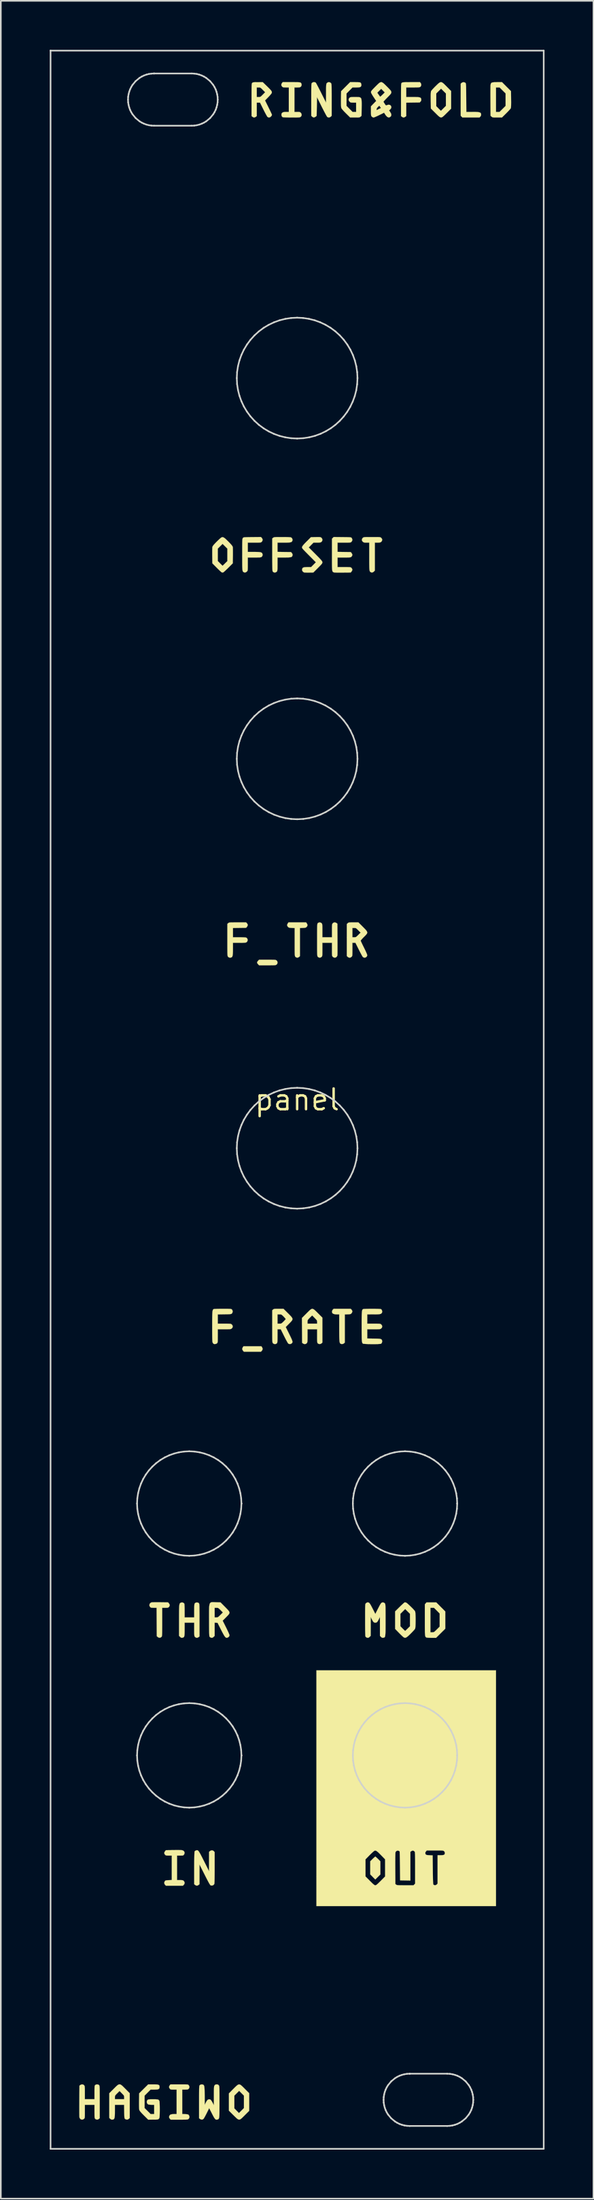
<source format=kicad_pcb>
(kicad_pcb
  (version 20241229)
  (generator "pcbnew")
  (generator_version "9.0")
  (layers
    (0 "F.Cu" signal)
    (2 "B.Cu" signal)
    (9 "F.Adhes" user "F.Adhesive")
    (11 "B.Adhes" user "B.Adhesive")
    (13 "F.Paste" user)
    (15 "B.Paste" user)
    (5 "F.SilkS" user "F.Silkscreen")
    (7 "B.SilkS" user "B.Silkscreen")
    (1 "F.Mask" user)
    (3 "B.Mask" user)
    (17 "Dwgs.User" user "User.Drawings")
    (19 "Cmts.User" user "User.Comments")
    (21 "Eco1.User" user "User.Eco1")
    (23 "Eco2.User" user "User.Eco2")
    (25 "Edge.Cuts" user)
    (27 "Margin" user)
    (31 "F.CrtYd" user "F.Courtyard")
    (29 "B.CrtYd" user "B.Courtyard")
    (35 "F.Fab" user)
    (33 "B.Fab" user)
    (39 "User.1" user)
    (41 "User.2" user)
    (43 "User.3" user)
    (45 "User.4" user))
  (footprint "panel"
    (layer "F.Cu")
    (at 15.17 64.3)
    (property "Reference" "panel" (at 0 0 0) (layer "F.SilkS") (effects (font (size 1.27 1.27) (thickness 0.15))))
    (attr through_hole)
    (fp_poly (pts (xy -2.157 15.152) (xy -2.121 15.227) (xy -2.124 15.305) (xy -2.165 15.375) (xy -2.169 15.379) (xy -2.221 15.431) (xy -3.262 15.431) (xy -3.314 15.379) (xy -3.357 15.309) (xy -3.362 15.231) (xy -3.328 15.156) (xy -3.325 15.152) (xy -3.285 15.102) (xy -2.198 15.102) (xy -2.157 15.152)) (stroke (width 0.01) (type solid)) (fill yes) (layer "F.SilkS"))
    (fp_poly (pts (xy 4.819 46.369) (xy 4.863 46.407) (xy 4.922 46.462) (xy 4.959 46.498) (xy 5.101 46.642) (xy 5.101 47.446) (xy 4.947 47.599) (xy 4.793 47.752) (xy 4.64 47.598) (xy 4.487 47.444) (xy 4.487 46.64) (xy 4.631 46.497) (xy 4.695 46.436) (xy 4.749 46.388) (xy 4.785 46.36) (xy 4.795 46.355) (xy 4.819 46.369)) (stroke (width 0.01) (type solid)) (fill yes) (layer "F.SilkS"))
    (fp_poly (pts (xy -1.665 -8.572) (xy -1.542 -8.571) (xy -1.45 -8.57) (xy -1.383 -8.566) (xy -1.337 -8.561) (xy -1.305 -8.553) (xy -1.282 -8.542) (xy -1.262 -8.529) (xy -1.262 -8.529) (xy -1.222 -8.484) (xy -1.207 -8.425) (xy -1.206 -8.403) (xy -1.215 -8.337) (xy -1.248 -8.29) (xy -1.262 -8.278) (xy -1.282 -8.264) (xy -1.305 -8.253) (xy -1.337 -8.246) (xy -1.383 -8.24) (xy -1.45 -8.237) (xy -1.542 -8.235) (xy -1.665 -8.234) (xy -1.825 -8.234) (xy -1.825 -8.234) (xy -2.332 -8.234) (xy -2.393 -8.296) (xy -2.433 -8.346) (xy -2.454 -8.393) (xy -2.455 -8.403) (xy -2.441 -8.447) (xy -2.405 -8.498) (xy -2.393 -8.511) (xy -2.332 -8.572) (xy -1.825 -8.572) (xy -1.665 -8.572)) (stroke (width 0.01) (type solid)) (fill yes) (layer "F.SilkS"))
    (fp_poly (pts (xy 10.291 -62.294) (xy 10.321 -62.27) (xy 10.331 -62.257) (xy 10.339 -62.24) (xy 10.346 -62.213) (xy 10.351 -62.175) (xy 10.355 -62.12) (xy 10.359 -62.044) (xy 10.361 -61.943) (xy 10.363 -61.814) (xy 10.365 -61.653) (xy 10.366 -61.454) (xy 10.367 -61.36) (xy 10.373 -60.494) (xy 10.754 -60.494) (xy 10.918 -60.493) (xy 11.045 -60.488) (xy 11.139 -60.477) (xy 11.204 -60.46) (xy 11.247 -60.434) (xy 11.27 -60.397) (xy 11.28 -60.348) (xy 11.282 -60.312) (xy 11.267 -60.261) (xy 11.232 -60.21) (xy 11.23 -60.208) (xy 11.178 -60.156) (xy 10.137 -60.156) (xy 10.085 -60.208) (xy 10.033 -60.26) (xy 10.033 -62.223) (xy 10.082 -62.269) (xy 10.147 -62.306) (xy 10.222 -62.314) (xy 10.291 -62.294)) (stroke (width 0.01) (type solid)) (fill yes) (layer "F.SilkS"))
    (fp_poly (pts (xy -3.522 60.31) (xy -3.461 60.342) (xy -3.388 60.402) (xy -3.297 60.49) (xy -3.213 60.575) (xy -2.942 60.845) (xy -2.942 61.921) (xy -3.213 62.192) (xy -3.322 62.301) (xy -3.407 62.382) (xy -3.476 62.435) (xy -3.535 62.459) (xy -3.591 62.455) (xy -3.653 62.423) (xy -3.726 62.362) (xy -3.818 62.273) (xy -3.904 62.188) (xy -4.18 61.914) (xy -4.18 60.991) (xy -3.852 60.991) (xy -3.852 61.774) (xy -3.568 62.061) (xy -3.414 61.908) (xy -3.26 61.755) (xy -3.26 60.991) (xy -3.408 60.844) (xy -3.556 60.697) (xy -3.852 60.991) (xy -4.18 60.991) (xy -4.18 60.855) (xy -3.906 60.579) (xy -3.795 60.468) (xy -3.708 60.386) (xy -3.639 60.332) (xy -3.579 60.307) (xy -3.522 60.31)) (stroke (width 0.01) (type solid)) (fill yes) (layer "F.SilkS"))
    (fp_poly (pts (xy 3.335 12.858) (xy 3.378 12.925) (xy 3.38 12.996) (xy 3.339 13.07) (xy 3.336 13.075) (xy 3.307 13.104) (xy 3.277 13.122) (xy 3.232 13.133) (xy 3.164 13.139) (xy 3.103 13.141) (xy 2.921 13.149) (xy 2.921 14.873) (xy 2.872 14.919) (xy 2.805 14.956) (xy 2.726 14.962) (xy 2.663 14.942) (xy 2.643 14.927) (xy 2.627 14.903) (xy 2.614 14.866) (xy 2.604 14.813) (xy 2.596 14.74) (xy 2.59 14.643) (xy 2.586 14.519) (xy 2.584 14.363) (xy 2.583 14.172) (xy 2.582 13.954) (xy 2.582 13.145) (xy 2.433 13.145) (xy 2.311 13.136) (xy 2.22 13.111) (xy 2.164 13.07) (xy 2.151 13.048) (xy 2.139 12.964) (xy 2.166 12.886) (xy 2.19 12.858) (xy 2.242 12.806) (xy 3.283 12.806) (xy 3.335 12.858)) (stroke (width 0.01) (type solid)) (fill yes) (layer "F.SilkS"))
    (fp_poly (pts (xy 0.591 -10.803) (xy 0.629 -10.727) (xy 0.627 -10.652) (xy 0.584 -10.585) (xy 0.58 -10.582) (xy 0.547 -10.556) (xy 0.508 -10.539) (xy 0.45 -10.529) (xy 0.364 -10.524) (xy 0.348 -10.523) (xy 0.169 -10.515) (xy 0.169 -8.792) (xy 0.12 -8.746) (xy 0.052 -8.707) (xy -0.022 -8.704) (xy -0.09 -8.737) (xy -0.102 -8.748) (xy -0.114 -8.761) (xy -0.123 -8.776) (xy -0.13 -8.797) (xy -0.136 -8.828) (xy -0.141 -8.873) (xy -0.144 -8.937) (xy -0.146 -9.022) (xy -0.147 -9.134) (xy -0.148 -9.276) (xy -0.148 -9.453) (xy -0.148 -9.656) (xy -0.148 -10.515) (xy -0.326 -10.523) (xy -0.418 -10.528) (xy -0.479 -10.537) (xy -0.521 -10.553) (xy -0.554 -10.577) (xy -0.559 -10.582) (xy -0.605 -10.649) (xy -0.609 -10.723) (xy -0.573 -10.799) (xy -0.57 -10.803) (xy -0.526 -10.858) (xy 0.547 -10.858) (xy 0.591 -10.803)) (stroke (width 0.01) (type solid)) (fill yes) (layer "F.SilkS"))
    (fp_poly (pts (xy 8.806 31.064) (xy 9.081 31.34) (xy 9.081 32.398) (xy 8.798 32.677) (xy 8.516 32.956) (xy 8.243 32.955) (xy 8.135 32.953) (xy 8.04 32.948) (xy 7.967 32.941) (xy 7.926 32.933) (xy 7.924 32.932) (xy 7.903 32.92) (xy 7.885 32.905) (xy 7.871 32.883) (xy 7.859 32.849) (xy 7.85 32.802) (xy 7.843 32.736) (xy 7.838 32.648) (xy 7.835 32.535) (xy 7.833 32.393) (xy 7.832 32.218) (xy 7.832 32.007) (xy 7.832 31.856) (xy 7.832 31.115) (xy 8.17 31.115) (xy 8.17 32.618) (xy 8.281 32.618) (xy 8.329 32.617) (xy 8.367 32.611) (xy 8.402 32.595) (xy 8.443 32.563) (xy 8.498 32.511) (xy 8.567 32.444) (xy 8.742 32.27) (xy 8.742 31.465) (xy 8.394 31.115) (xy 8.17 31.115) (xy 7.832 31.115) (xy 7.832 30.906) (xy 7.883 30.846) (xy 7.934 30.787) (xy 8.531 30.787) (xy 8.806 31.064)) (stroke (width 0.01) (type solid)) (fill yes) (layer "F.SilkS"))
    (fp_poly (pts (xy 8.864 -62.31) (xy 8.928 -62.274) (xy 9.004 -62.21) (xy 9.099 -62.116) (xy 9.172 -62.043) (xy 9.44 -61.771) (xy 9.44 -60.696) (xy 9.168 -60.426) (xy 9.059 -60.317) (xy 8.974 -60.237) (xy 8.905 -60.184) (xy 8.846 -60.16) (xy 8.79 -60.164) (xy 8.728 -60.197) (xy 8.655 -60.257) (xy 8.563 -60.346) (xy 8.479 -60.43) (xy 8.202 -60.705) (xy 8.196 -61.206) (xy 8.194 -61.398) (xy 8.195 -61.55) (xy 8.198 -61.628) (xy 8.53 -61.628) (xy 8.53 -60.845) (xy 8.815 -60.558) (xy 8.969 -60.711) (xy 9.123 -60.864) (xy 9.123 -61.628) (xy 8.975 -61.775) (xy 8.826 -61.922) (xy 8.53 -61.628) (xy 8.198 -61.628) (xy 8.199 -61.661) (xy 8.206 -61.734) (xy 8.213 -61.766) (xy 8.236 -61.8) (xy 8.284 -61.857) (xy 8.352 -61.931) (xy 8.432 -62.014) (xy 8.488 -62.07) (xy 8.594 -62.173) (xy 8.677 -62.249) (xy 8.746 -62.297) (xy 8.805 -62.318) (xy 8.864 -62.31)) (stroke (width 0.01) (type solid)) (fill yes) (layer "F.SilkS"))
    (fp_poly (pts (xy -8.465 30.78) (xy -8.395 30.78) (xy -7.913 30.787) (xy -7.862 30.846) (xy -7.819 30.92) (xy -7.818 30.992) (xy -7.859 31.059) (xy -7.862 31.063) (xy -7.892 31.089) (xy -7.925 31.104) (xy -7.973 31.112) (xy -8.047 31.115) (xy -8.095 31.115) (xy -8.276 31.115) (xy -8.276 31.98) (xy -8.276 32.196) (xy -8.277 32.373) (xy -8.278 32.516) (xy -8.279 32.629) (xy -8.282 32.715) (xy -8.285 32.778) (xy -8.29 32.824) (xy -8.296 32.855) (xy -8.303 32.875) (xy -8.312 32.89) (xy -8.313 32.891) (xy -8.377 32.939) (xy -8.451 32.949) (xy -8.525 32.921) (xy -8.543 32.907) (xy -8.604 32.854) (xy -8.616 31.115) (xy -8.792 31.115) (xy -8.881 31.114) (xy -8.939 31.108) (xy -8.976 31.096) (xy -9.004 31.075) (xy -9.013 31.066) (xy -9.052 30.998) (xy -9.056 30.924) (xy -9.028 30.856) (xy -8.972 30.804) (xy -8.927 30.786) (xy -8.892 30.783) (xy -8.822 30.781) (xy -8.723 30.779) (xy -8.601 30.779) (xy -8.465 30.78)) (stroke (width 0.01) (type solid)) (fill yes) (layer "F.SilkS"))
    (fp_poly (pts (xy 12.838 -62.039) (xy 13.113 -61.764) (xy 13.119 -61.274) (xy 13.121 -61.079) (xy 13.119 -60.927) (xy 13.115 -60.816) (xy 13.107 -60.747) (xy 13.102 -60.727) (xy 13.079 -60.693) (xy 13.032 -60.636) (xy 12.965 -60.563) (xy 12.884 -60.478) (xy 12.818 -60.412) (xy 12.559 -60.156) (xy 12.271 -60.156) (xy 12.154 -60.156) (xy 12.072 -60.158) (xy 12.016 -60.163) (xy 11.978 -60.172) (xy 11.95 -60.186) (xy 11.924 -60.206) (xy 11.923 -60.207) (xy 11.864 -60.258) (xy 11.858 -61.175) (xy 11.857 -61.371) (xy 11.856 -61.555) (xy 11.856 -61.724) (xy 11.857 -61.872) (xy 11.858 -61.995) (xy 11.858 -61.997) (xy 12.192 -61.997) (xy 12.192 -60.494) (xy 12.413 -60.494) (xy 12.599 -60.679) (xy 12.785 -60.864) (xy 12.785 -61.628) (xy 12.413 -61.997) (xy 12.192 -61.997) (xy 11.858 -61.997) (xy 11.86 -62.088) (xy 11.863 -62.146) (xy 11.864 -62.162) (xy 11.877 -62.218) (xy 11.898 -62.258) (xy 11.932 -62.285) (xy 11.986 -62.302) (xy 12.067 -62.311) (xy 12.18 -62.314) (xy 12.261 -62.315) (xy 12.563 -62.315) (xy 12.838 -62.039)) (stroke (width 0.01) (type solid)) (fill yes) (layer "F.SilkS"))
    (fp_poly (pts (xy -7.204 45.956) (xy -7.117 45.959) (xy -7.063 45.962) (xy -7.054 45.963) (xy -6.973 45.995) (xy -6.922 46.051) (xy -6.903 46.121) (xy -6.92 46.197) (xy -6.944 46.236) (xy -6.968 46.262) (xy -6.994 46.279) (xy -7.034 46.288) (xy -7.097 46.291) (xy -7.177 46.291) (xy -7.366 46.291) (xy -7.366 47.794) (xy -7.185 47.794) (xy -7.095 47.795) (xy -7.036 47.801) (xy -6.997 47.812) (xy -6.967 47.832) (xy -6.952 47.846) (xy -6.909 47.914) (xy -6.9 47.964) (xy -6.92 48.038) (xy -6.952 48.081) (xy -7.004 48.133) (xy -8.045 48.133) (xy -8.097 48.081) (xy -8.14 48.011) (xy -8.145 47.933) (xy -8.112 47.859) (xy -8.109 47.855) (xy -8.085 47.831) (xy -8.054 47.815) (xy -8.007 47.806) (xy -7.933 47.8) (xy -7.876 47.798) (xy -7.684 47.79) (xy -7.684 46.291) (xy -7.864 46.291) (xy -7.955 46.29) (xy -8.014 46.285) (xy -8.053 46.274) (xy -8.083 46.253) (xy -8.097 46.24) (xy -8.141 46.172) (xy -8.142 46.101) (xy -8.102 46.027) (xy -8.098 46.023) (xy -8.047 45.963) (xy -7.585 45.957) (xy -7.445 45.955) (xy -7.315 45.955) (xy -7.204 45.956)) (stroke (width 0.01) (type solid)) (fill yes) (layer "F.SilkS"))
    (fp_poly (pts (xy 4.752 -34.459) (xy 4.875 -34.459) (xy 4.966 -34.457) (xy 5.031 -34.454) (xy 5.077 -34.448) (xy 5.108 -34.441) (xy 5.13 -34.43) (xy 5.149 -34.416) (xy 5.156 -34.41) (xy 5.205 -34.345) (xy 5.215 -34.272) (xy 5.186 -34.202) (xy 5.156 -34.17) (xy 5.121 -34.145) (xy 5.081 -34.13) (xy 5.023 -34.123) (xy 4.937 -34.121) (xy 4.931 -34.121) (xy 4.763 -34.121) (xy 4.763 -32.409) (xy 4.715 -32.356) (xy 4.646 -32.302) (xy 4.574 -32.291) (xy 4.537 -32.3) (xy 4.51 -32.312) (xy 4.488 -32.325) (xy 4.469 -32.345) (xy 4.455 -32.373) (xy 4.444 -32.416) (xy 4.436 -32.476) (xy 4.43 -32.557) (xy 4.427 -32.663) (xy 4.425 -32.799) (xy 4.424 -32.967) (xy 4.424 -33.172) (xy 4.424 -33.268) (xy 4.424 -34.121) (xy 4.256 -34.121) (xy 4.167 -34.122) (xy 4.108 -34.129) (xy 4.067 -34.144) (xy 4.032 -34.169) (xy 4.03 -34.17) (xy 3.984 -34.229) (xy 3.972 -34.29) (xy 3.988 -34.359) (xy 4.03 -34.41) (xy 4.049 -34.425) (xy 4.07 -34.437) (xy 4.097 -34.446) (xy 4.137 -34.452) (xy 4.194 -34.456) (xy 4.276 -34.458) (xy 4.386 -34.459) (xy 4.531 -34.459) (xy 4.593 -34.459) (xy 4.752 -34.459)) (stroke (width 0.01) (type solid)) (fill yes) (layer "F.SilkS"))
    (fp_poly (pts (xy -10.851 60.306) (xy -10.788 60.339) (xy -10.712 60.401) (xy -10.619 60.493) (xy -10.536 60.576) (xy -10.266 60.848) (xy -10.266 62.359) (xy -10.318 62.411) (xy -10.388 62.454) (xy -10.466 62.459) (xy -10.54 62.425) (xy -10.544 62.422) (xy -10.561 62.407) (xy -10.574 62.389) (xy -10.583 62.362) (xy -10.59 62.32) (xy -10.594 62.258) (xy -10.597 62.168) (xy -10.599 62.044) (xy -10.6 61.967) (xy -10.607 61.553) (xy -11.176 61.553) (xy -11.176 61.935) (xy -11.177 62.099) (xy -11.182 62.225) (xy -11.193 62.319) (xy -11.21 62.385) (xy -11.237 62.427) (xy -11.273 62.451) (xy -11.321 62.461) (xy -11.359 62.463) (xy -11.409 62.448) (xy -11.461 62.413) (xy -11.463 62.411) (xy -11.515 62.359) (xy -11.515 61.102) (xy -11.176 61.102) (xy -11.176 61.214) (xy -10.604 61.214) (xy -10.604 61.103) (xy -10.606 61.051) (xy -10.613 61.011) (xy -10.633 60.973) (xy -10.67 60.928) (xy -10.731 60.866) (xy -10.747 60.849) (xy -10.889 60.706) (xy -11.033 60.848) (xy -11.099 60.915) (xy -11.141 60.963) (xy -11.164 61) (xy -11.174 61.039) (xy -11.176 61.088) (xy -11.176 61.102) (xy -11.515 61.102) (xy -11.515 60.845) (xy -11.244 60.575) (xy -11.132 60.463) (xy -11.044 60.38) (xy -10.972 60.326) (xy -10.911 60.302) (xy -10.851 60.306)) (stroke (width 0.01) (type solid)) (fill yes) (layer "F.SilkS"))
    (fp_poly (pts (xy -3.079 -10.807) (xy -3.035 -10.739) (xy -3.034 -10.668) (xy -3.074 -10.594) (xy -3.078 -10.59) (xy -3.129 -10.53) (xy -3.533 -10.524) (xy -3.937 -10.517) (xy -3.937 -9.948) (xy -3.551 -9.948) (xy -3.384 -9.946) (xy -3.258 -9.942) (xy -3.171 -9.935) (xy -3.12 -9.924) (xy -3.113 -9.922) (xy -3.061 -9.874) (xy -3.037 -9.809) (xy -3.041 -9.738) (xy -3.072 -9.674) (xy -3.125 -9.634) (xy -3.168 -9.624) (xy -3.249 -9.617) (xy -3.365 -9.612) (xy -3.51 -9.61) (xy -3.557 -9.61) (xy -3.937 -9.61) (xy -3.937 -9.242) (xy -3.938 -9.08) (xy -3.943 -8.955) (xy -3.953 -8.862) (xy -3.967 -8.796) (xy -3.987 -8.752) (xy -4.014 -8.725) (xy -4.023 -8.72) (xy -4.099 -8.7) (xy -4.176 -8.713) (xy -4.23 -8.748) (xy -4.24 -8.761) (xy -4.249 -8.774) (xy -4.257 -8.794) (xy -4.262 -8.823) (xy -4.267 -8.864) (xy -4.27 -8.923) (xy -4.273 -9.002) (xy -4.274 -9.106) (xy -4.275 -9.237) (xy -4.276 -9.401) (xy -4.276 -9.6) (xy -4.276 -9.782) (xy -4.276 -10.766) (xy -4.227 -10.812) (xy -4.21 -10.827) (xy -4.191 -10.838) (xy -4.163 -10.846) (xy -4.122 -10.851) (xy -4.062 -10.855) (xy -3.978 -10.857) (xy -3.864 -10.858) (xy -3.715 -10.858) (xy -3.654 -10.858) (xy -3.131 -10.858) (xy -3.079 -10.807)) (stroke (width 0.01) (type solid)) (fill yes) (layer "F.SilkS"))
    (fp_poly (pts (xy 0.963 12.812) (xy 1.023 12.841) (xy 1.093 12.898) (xy 1.181 12.983) (xy 1.274 13.077) (xy 1.545 13.347) (xy 1.545 14.873) (xy 1.496 14.919) (xy 1.43 14.956) (xy 1.355 14.962) (xy 1.287 14.937) (xy 1.27 14.922) (xy 1.255 14.905) (xy 1.245 14.883) (xy 1.237 14.849) (xy 1.232 14.798) (xy 1.229 14.724) (xy 1.228 14.62) (xy 1.228 14.48) (xy 1.228 14.467) (xy 1.228 14.055) (xy 0.635 14.055) (xy 0.635 14.454) (xy 0.635 14.594) (xy 0.633 14.699) (xy 0.631 14.774) (xy 0.625 14.826) (xy 0.617 14.862) (xy 0.606 14.888) (xy 0.591 14.909) (xy 0.532 14.953) (xy 0.458 14.965) (xy 0.383 14.942) (xy 0.357 14.924) (xy 0.307 14.884) (xy 0.297 13.604) (xy 0.635 13.604) (xy 0.635 13.716) (xy 1.228 13.716) (xy 1.228 13.616) (xy 1.226 13.569) (xy 1.218 13.531) (xy 1.197 13.494) (xy 1.158 13.448) (xy 1.096 13.383) (xy 1.075 13.362) (xy 0.922 13.208) (xy 0.778 13.35) (xy 0.712 13.417) (xy 0.67 13.465) (xy 0.647 13.502) (xy 0.637 13.541) (xy 0.635 13.59) (xy 0.635 13.604) (xy 0.297 13.604) (xy 0.295 13.37) (xy 0.577 13.088) (xy 0.689 12.976) (xy 0.776 12.892) (xy 0.846 12.837) (xy 0.906 12.81) (xy 0.963 12.812)) (stroke (width 0.01) (type solid)) (fill yes) (layer "F.SilkS"))
    (fp_poly (pts (xy 7.578 -62.257) (xy 7.61 -62.185) (xy 7.605 -62.109) (xy 7.564 -62.043) (xy 7.554 -62.034) (xy 7.534 -62.021) (xy 7.505 -62.012) (xy 7.462 -62.005) (xy 7.399 -62.001) (xy 7.308 -61.998) (xy 7.185 -61.997) (xy 7.099 -61.997) (xy 6.689 -61.997) (xy 6.689 -61.404) (xy 7.099 -61.404) (xy 7.255 -61.404) (xy 7.374 -61.401) (xy 7.462 -61.394) (xy 7.523 -61.382) (xy 7.563 -61.363) (xy 7.588 -61.337) (xy 7.603 -61.3) (xy 7.611 -61.265) (xy 7.612 -61.208) (xy 7.586 -61.156) (xy 7.571 -61.138) (xy 7.518 -61.076) (xy 7.103 -61.07) (xy 6.689 -61.063) (xy 6.689 -60.243) (xy 6.633 -60.2) (xy 6.58 -60.169) (xy 6.53 -60.156) (xy 6.53 -60.156) (xy 6.48 -60.168) (xy 6.427 -60.199) (xy 6.427 -60.2) (xy 6.371 -60.243) (xy 6.371 -61.237) (xy 6.371 -61.468) (xy 6.371 -61.66) (xy 6.372 -61.817) (xy 6.373 -61.943) (xy 6.375 -62.042) (xy 6.378 -62.117) (xy 6.381 -62.172) (xy 6.386 -62.211) (xy 6.392 -62.237) (xy 6.399 -62.255) (xy 6.408 -62.267) (xy 6.413 -62.272) (xy 6.429 -62.285) (xy 6.448 -62.295) (xy 6.477 -62.303) (xy 6.521 -62.308) (xy 6.585 -62.311) (xy 6.674 -62.313) (xy 6.794 -62.314) (xy 6.95 -62.315) (xy 6.994 -62.315) (xy 7.532 -62.315) (xy 7.578 -62.257)) (stroke (width 0.01) (type solid)) (fill yes) (layer "F.SilkS"))
    (fp_poly (pts (xy -7.067 60.304) (xy -6.94 60.304) (xy -6.844 60.306) (xy -6.776 60.309) (xy -6.728 60.313) (xy -6.697 60.32) (xy -6.676 60.33) (xy -6.66 60.343) (xy -6.65 60.353) (xy -6.611 60.421) (xy -6.608 60.495) (xy -6.641 60.563) (xy -6.653 60.575) (xy -6.684 60.599) (xy -6.722 60.613) (xy -6.779 60.619) (xy -6.867 60.621) (xy -6.875 60.621) (xy -7.048 60.621) (xy -7.048 62.12) (xy -6.867 62.127) (xy -6.776 62.132) (xy -6.717 62.14) (xy -6.68 62.153) (xy -6.653 62.174) (xy -6.644 62.185) (xy -6.609 62.257) (xy -6.607 62.332) (xy -6.639 62.399) (xy -6.66 62.419) (xy -6.679 62.433) (xy -6.702 62.443) (xy -6.734 62.451) (xy -6.779 62.456) (xy -6.845 62.46) (xy -6.936 62.462) (xy -7.058 62.463) (xy -7.216 62.463) (xy -7.232 62.463) (xy -7.749 62.463) (xy -7.801 62.411) (xy -7.844 62.348) (xy -7.849 62.28) (xy -7.829 62.223) (xy -7.796 62.176) (xy -7.741 62.145) (xy -7.658 62.129) (xy -7.545 62.124) (xy -7.387 62.124) (xy -7.387 60.621) (xy -7.576 60.621) (xy -7.667 60.621) (xy -7.726 60.617) (xy -7.763 60.607) (xy -7.789 60.589) (xy -7.809 60.566) (xy -7.84 60.512) (xy -7.853 60.463) (xy -7.853 60.463) (xy -7.84 60.413) (xy -7.809 60.36) (xy -7.809 60.36) (xy -7.765 60.304) (xy -7.231 60.304) (xy -7.067 60.304)) (stroke (width 0.01) (type solid)) (fill yes) (layer "F.SilkS"))
    (fp_poly (pts (xy -6.104 45.969) (xy -6.073 45.99) (xy -6.039 46.028) (xy -5.999 46.086) (xy -5.951 46.169) (xy -5.892 46.279) (xy -5.82 46.419) (xy -5.732 46.594) (xy -5.714 46.629) (xy -5.4 47.255) (xy -5.399 46.66) (xy -5.397 46.066) (xy -5.345 46.017) (xy -5.275 45.976) (xy -5.199 45.972) (xy -5.128 46.005) (xy -5.106 46.027) (xy -5.059 46.082) (xy -5.059 47.033) (xy -5.059 47.291) (xy -5.061 47.508) (xy -5.063 47.686) (xy -5.066 47.826) (xy -5.07 47.93) (xy -5.076 47.998) (xy -5.082 48.034) (xy -5.083 48.035) (xy -5.129 48.09) (xy -5.197 48.123) (xy -5.272 48.125) (xy -5.288 48.121) (xy -5.307 48.11) (xy -5.328 48.088) (xy -5.355 48.051) (xy -5.389 47.995) (xy -5.434 47.916) (xy -5.489 47.811) (xy -5.559 47.677) (xy -5.645 47.508) (xy -5.666 47.466) (xy -5.988 46.831) (xy -5.989 47.438) (xy -5.99 48.045) (xy -6.046 48.089) (xy -6.099 48.12) (xy -6.149 48.133) (xy -6.149 48.133) (xy -6.198 48.12) (xy -6.252 48.089) (xy -6.252 48.089) (xy -6.308 48.045) (xy -6.308 47.061) (xy -6.307 46.825) (xy -6.306 46.615) (xy -6.304 46.433) (xy -6.301 46.283) (xy -6.297 46.166) (xy -6.293 46.085) (xy -6.288 46.043) (xy -6.287 46.038) (xy -6.253 46.004) (xy -6.201 45.977) (xy -6.166 45.966) (xy -6.134 45.962) (xy -6.104 45.969)) (stroke (width 0.01) (type solid)) (fill yes) (layer "F.SilkS"))
    (fp_poly (pts (xy -0.732 -34.458) (xy -0.582 -34.455) (xy -0.47 -34.449) (xy -0.399 -34.442) (xy -0.373 -34.435) (xy -0.315 -34.388) (xy -0.286 -34.319) (xy -0.29 -34.243) (xy -0.295 -34.229) (xy -0.314 -34.194) (xy -0.339 -34.167) (xy -0.378 -34.147) (xy -0.435 -34.134) (xy -0.516 -34.126) (xy -0.627 -34.122) (xy -0.773 -34.121) (xy -0.816 -34.121) (xy -1.206 -34.121) (xy -1.206 -33.552) (xy -0.792 -33.545) (xy -0.377 -33.539) (xy -0.324 -33.477) (xy -0.288 -33.422) (xy -0.281 -33.369) (xy -0.284 -33.35) (xy -0.295 -33.305) (xy -0.312 -33.271) (xy -0.34 -33.246) (xy -0.385 -33.229) (xy -0.452 -33.219) (xy -0.547 -33.213) (xy -0.674 -33.211) (xy -0.796 -33.211) (xy -1.206 -33.211) (xy -1.206 -32.8) (xy -1.207 -32.656) (xy -1.208 -32.548) (xy -1.212 -32.47) (xy -1.217 -32.416) (xy -1.225 -32.38) (xy -1.236 -32.356) (xy -1.244 -32.346) (xy -1.307 -32.301) (xy -1.384 -32.289) (xy -1.433 -32.3) (xy -1.48 -32.333) (xy -1.501 -32.361) (xy -1.508 -32.395) (xy -1.513 -32.471) (xy -1.517 -32.589) (xy -1.52 -32.75) (xy -1.523 -32.953) (xy -1.524 -33.198) (xy -1.524 -33.387) (xy -1.524 -34.372) (xy -1.468 -34.415) (xy -1.448 -34.429) (xy -1.425 -34.44) (xy -1.393 -34.448) (xy -1.346 -34.453) (xy -1.278 -34.457) (xy -1.185 -34.458) (xy -1.06 -34.459) (xy -0.919 -34.459) (xy -0.732 -34.458)) (stroke (width 0.01) (type solid)) (fill yes) (layer "F.SilkS"))
    (fp_poly (pts (xy 6.684 30.799) (xy 6.72 30.822) (xy 6.778 30.87) (xy 6.852 30.936) (xy 6.934 31.013) (xy 7.017 31.094) (xy 7.096 31.174) (xy 7.162 31.246) (xy 7.21 31.302) (xy 7.23 31.331) (xy 7.241 31.374) (xy 7.25 31.451) (xy 7.256 31.555) (xy 7.261 31.678) (xy 7.263 31.811) (xy 7.262 31.948) (xy 7.26 32.08) (xy 7.255 32.2) (xy 7.248 32.299) (xy 7.239 32.371) (xy 7.23 32.402) (xy 7.205 32.436) (xy 7.155 32.493) (xy 7.087 32.567) (xy 7.007 32.65) (xy 6.96 32.697) (xy 6.854 32.8) (xy 6.771 32.873) (xy 6.706 32.921) (xy 6.652 32.946) (xy 6.606 32.95) (xy 6.561 32.935) (xy 6.53 32.918) (xy 6.493 32.889) (xy 6.434 32.835) (xy 6.359 32.764) (xy 6.277 32.682) (xy 6.239 32.643) (xy 6.011 32.409) (xy 6.011 31.484) (xy 6.329 31.484) (xy 6.329 32.246) (xy 6.471 32.39) (xy 6.533 32.451) (xy 6.584 32.5) (xy 6.617 32.528) (xy 6.624 32.533) (xy 6.643 32.519) (xy 6.684 32.482) (xy 6.741 32.427) (xy 6.778 32.391) (xy 6.921 32.249) (xy 6.921 31.484) (xy 6.625 31.19) (xy 6.477 31.337) (xy 6.329 31.484) (xy 6.011 31.484) (xy 6.011 31.337) (xy 6.281 31.07) (xy 6.37 30.983) (xy 6.452 30.906) (xy 6.519 30.845) (xy 6.567 30.805) (xy 6.588 30.79) (xy 6.635 30.788) (xy 6.684 30.799)) (stroke (width 0.01) (type solid)) (fill yes) (layer "F.SilkS"))
    (fp_poly (pts (xy -0.182 -62.315) (xy -0.054 -62.314) (xy 0.042 -62.312) (xy 0.112 -62.309) (xy 0.16 -62.304) (xy 0.192 -62.297) (xy 0.214 -62.288) (xy 0.229 -62.276) (xy 0.233 -62.272) (xy 0.269 -62.209) (xy 0.273 -62.135) (xy 0.246 -62.066) (xy 0.226 -62.043) (xy 0.195 -62.02) (xy 0.157 -62.006) (xy 0.1 -61.999) (xy 0.013 -61.997) (xy 0.004 -61.997) (xy -0.169 -61.997) (xy -0.169 -60.494) (xy 0.001 -60.494) (xy 0.089 -60.493) (xy 0.146 -60.487) (xy 0.184 -60.474) (xy 0.214 -60.451) (xy 0.223 -60.442) (xy 0.267 -60.374) (xy 0.276 -60.3) (xy 0.25 -60.231) (xy 0.219 -60.2) (xy 0.2 -60.186) (xy 0.177 -60.175) (xy 0.145 -60.167) (xy 0.099 -60.162) (xy 0.034 -60.159) (xy -0.058 -60.157) (xy -0.18 -60.156) (xy -0.339 -60.156) (xy -0.347 -60.156) (xy -0.492 -60.157) (xy -0.623 -60.16) (xy -0.735 -60.163) (xy -0.822 -60.168) (xy -0.876 -60.173) (xy -0.892 -60.177) (xy -0.938 -60.226) (xy -0.962 -60.296) (xy -0.959 -60.368) (xy -0.954 -60.386) (xy -0.922 -60.436) (xy -0.871 -60.47) (xy -0.793 -60.488) (xy -0.683 -60.494) (xy -0.666 -60.494) (xy -0.508 -60.494) (xy -0.508 -61.997) (xy -0.689 -61.997) (xy -0.779 -61.998) (xy -0.838 -62.003) (xy -0.877 -62.015) (xy -0.907 -62.035) (xy -0.922 -62.049) (xy -0.965 -62.116) (xy -0.967 -62.188) (xy -0.93 -62.259) (xy -0.886 -62.315) (xy -0.348 -62.315) (xy -0.182 -62.315)) (stroke (width 0.01) (type solid)) (fill yes) (layer "F.SilkS"))
    (fp_poly (pts (xy -4.549 -34.449) (xy -4.502 -34.43) (xy -4.444 -34.391) (xy -4.371 -34.328) (xy -4.279 -34.239) (xy -4.206 -34.167) (xy -4.108 -34.066) (xy -4.037 -33.988) (xy -3.99 -33.929) (xy -3.961 -33.883) (xy -3.948 -33.846) (xy -3.948 -33.846) (xy -3.944 -33.803) (xy -3.942 -33.725) (xy -3.94 -33.62) (xy -3.94 -33.494) (xy -3.94 -33.357) (xy -3.941 -33.311) (xy -3.948 -32.851) (xy -4.223 -32.578) (xy -4.313 -32.49) (xy -4.396 -32.412) (xy -4.465 -32.35) (xy -4.515 -32.309) (xy -4.54 -32.293) (xy -4.595 -32.292) (xy -4.625 -32.3) (xy -4.653 -32.32) (xy -4.705 -32.366) (xy -4.775 -32.431) (xy -4.858 -32.511) (xy -4.932 -32.585) (xy -5.196 -32.851) (xy -5.203 -33.311) (xy -5.204 -33.451) (xy -5.204 -33.581) (xy -5.203 -33.694) (xy -5.201 -33.751) (xy -4.868 -33.751) (xy -4.868 -32.989) (xy -4.726 -32.846) (xy -4.664 -32.784) (xy -4.613 -32.736) (xy -4.581 -32.707) (xy -4.573 -32.703) (xy -4.554 -32.716) (xy -4.513 -32.754) (xy -4.456 -32.808) (xy -4.419 -32.845) (xy -4.276 -32.987) (xy -4.276 -33.751) (xy -4.424 -33.898) (xy -4.572 -34.045) (xy -4.868 -33.751) (xy -5.201 -33.751) (xy -5.201 -33.781) (xy -5.197 -33.836) (xy -5.196 -33.846) (xy -5.183 -33.882) (xy -5.155 -33.928) (xy -5.108 -33.986) (xy -5.038 -34.063) (xy -4.941 -34.164) (xy -4.938 -34.167) (xy -4.851 -34.252) (xy -4.77 -34.328) (xy -4.701 -34.389) (xy -4.651 -34.428) (xy -4.633 -34.439) (xy -4.591 -34.451) (xy -4.549 -34.449)) (stroke (width 0.01) (type solid)) (fill yes) (layer "F.SilkS"))
    (fp_poly (pts (xy 1.339 -34.458) (xy 1.396 -34.454) (xy 1.435 -34.447) (xy 1.463 -34.434) (xy 1.487 -34.417) (xy 1.534 -34.356) (xy 1.549 -34.284) (xy 1.529 -34.212) (xy 1.489 -34.165) (xy 1.458 -34.144) (xy 1.419 -34.131) (xy 1.364 -34.124) (xy 1.283 -34.121) (xy 1.219 -34.121) (xy 1.004 -34.121) (xy 0.857 -33.973) (xy 0.71 -33.824) (xy 1.128 -33.405) (xy 1.251 -33.281) (xy 1.348 -33.182) (xy 1.421 -33.106) (xy 1.473 -33.047) (xy 1.509 -33.003) (xy 1.53 -32.97) (xy 1.541 -32.943) (xy 1.545 -32.919) (xy 1.545 -32.913) (xy 1.543 -32.884) (xy 1.532 -32.854) (xy 1.509 -32.818) (xy 1.47 -32.771) (xy 1.411 -32.708) (xy 1.328 -32.623) (xy 1.27 -32.565) (xy 0.994 -32.29) (xy 0.725 -32.285) (xy 0.618 -32.285) (xy 0.524 -32.287) (xy 0.451 -32.292) (xy 0.41 -32.299) (xy 0.409 -32.3) (xy 0.346 -32.346) (xy 0.309 -32.415) (xy 0.307 -32.49) (xy 0.324 -32.542) (xy 0.355 -32.578) (xy 0.406 -32.601) (xy 0.483 -32.613) (xy 0.594 -32.618) (xy 0.635 -32.618) (xy 0.858 -32.618) (xy 1.152 -32.914) (xy 0.721 -33.347) (xy 0.597 -33.472) (xy 0.499 -33.571) (xy 0.425 -33.648) (xy 0.371 -33.706) (xy 0.335 -33.75) (xy 0.314 -33.782) (xy 0.303 -33.806) (xy 0.301 -33.827) (xy 0.304 -33.848) (xy 0.304 -33.85) (xy 0.319 -33.886) (xy 0.351 -33.934) (xy 0.404 -33.998) (xy 0.482 -34.082) (xy 0.583 -34.184) (xy 0.847 -34.449) (xy 1.138 -34.456) (xy 1.256 -34.458) (xy 1.339 -34.458)) (stroke (width 0.01) (type solid)) (fill yes) (layer "F.SilkS"))
    (fp_poly (pts (xy 1.121 -62.3) (xy 1.14 -62.287) (xy 1.156 -62.263) (xy 1.189 -62.206) (xy 1.235 -62.12) (xy 1.293 -62.011) (xy 1.359 -61.882) (xy 1.432 -61.739) (xy 1.472 -61.659) (xy 1.776 -61.055) (xy 1.777 -61.629) (xy 1.777 -61.8) (xy 1.778 -61.935) (xy 1.78 -62.037) (xy 1.783 -62.112) (xy 1.787 -62.166) (xy 1.794 -62.203) (xy 1.803 -62.229) (xy 1.814 -62.248) (xy 1.822 -62.259) (xy 1.882 -62.305) (xy 1.955 -62.318) (xy 2.026 -62.298) (xy 2.073 -62.259) (xy 2.083 -62.245) (xy 2.092 -62.228) (xy 2.099 -62.206) (xy 2.104 -62.173) (xy 2.108 -62.127) (xy 2.112 -62.063) (xy 2.114 -61.977) (xy 2.115 -61.867) (xy 2.116 -61.727) (xy 2.117 -61.554) (xy 2.117 -61.345) (xy 2.117 -61.231) (xy 2.117 -60.26) (xy 2.065 -60.208) (xy 1.996 -60.165) (xy 1.919 -60.158) (xy 1.852 -60.185) (xy 1.832 -60.211) (xy 1.797 -60.27) (xy 1.748 -60.357) (xy 1.689 -60.468) (xy 1.621 -60.598) (xy 1.548 -60.741) (xy 1.513 -60.81) (xy 1.217 -61.406) (xy 1.206 -60.832) (xy 1.196 -60.258) (xy 1.137 -60.207) (xy 1.063 -60.164) (xy 0.991 -60.163) (xy 0.924 -60.204) (xy 0.92 -60.208) (xy 0.868 -60.26) (xy 0.868 -61.245) (xy 0.868 -61.475) (xy 0.868 -61.666) (xy 0.869 -61.822) (xy 0.87 -61.948) (xy 0.872 -62.045) (xy 0.874 -62.12) (xy 0.878 -62.174) (xy 0.883 -62.212) (xy 0.889 -62.238) (xy 0.896 -62.255) (xy 0.905 -62.267) (xy 0.91 -62.272) (xy 0.973 -62.31) (xy 1.05 -62.319) (xy 1.121 -62.3)) (stroke (width 0.01) (type solid)) (fill yes) (layer "F.SilkS"))
    (fp_poly (pts (xy -8.693 60.306) (xy -8.59 60.312) (xy -8.519 60.326) (xy -8.473 60.348) (xy -8.448 60.382) (xy -8.438 60.43) (xy -8.437 60.463) (xy -8.443 60.524) (xy -8.466 60.568) (xy -8.51 60.597) (xy -8.582 60.613) (xy -8.687 60.62) (xy -8.76 60.621) (xy -8.986 60.621) (xy -9.356 60.993) (xy -9.356 61.755) (xy -9.17 61.939) (xy -8.984 62.124) (xy -8.763 62.124) (xy -8.763 61.553) (xy -8.921 61.553) (xy -9.006 61.549) (xy -9.081 61.541) (xy -9.129 61.529) (xy -9.131 61.529) (xy -9.186 61.483) (xy -9.216 61.417) (xy -9.218 61.344) (xy -9.191 61.277) (xy -9.158 61.245) (xy -9.128 61.232) (xy -9.078 61.222) (xy -9.001 61.217) (xy -8.893 61.215) (xy -8.827 61.215) (xy -8.699 61.216) (xy -8.606 61.221) (xy -8.542 61.231) (xy -8.499 61.249) (xy -8.471 61.277) (xy -8.451 61.316) (xy -8.446 61.328) (xy -8.439 61.37) (xy -8.433 61.446) (xy -8.429 61.548) (xy -8.426 61.668) (xy -8.425 61.799) (xy -8.425 61.932) (xy -8.427 62.06) (xy -8.43 62.174) (xy -8.435 62.266) (xy -8.442 62.329) (xy -8.446 62.349) (xy -8.465 62.391) (xy -8.49 62.421) (xy -8.528 62.441) (xy -8.585 62.453) (xy -8.668 62.46) (xy -8.784 62.462) (xy -8.835 62.462) (xy -9.13 62.463) (xy -9.391 62.204) (xy -9.505 62.089) (xy -9.588 61.999) (xy -9.643 61.93) (xy -9.672 61.881) (xy -9.675 61.871) (xy -9.683 61.822) (xy -9.688 61.736) (xy -9.691 61.616) (xy -9.692 61.469) (xy -9.691 61.324) (xy -9.684 60.853) (xy -9.407 60.578) (xy -9.13 60.304) (xy -8.833 60.304) (xy -8.693 60.306)) (stroke (width 0.01) (type solid)) (fill yes) (layer "F.SilkS"))
    (fp_poly (pts (xy 2.775 -34.455) (xy 2.938 -34.453) (xy 3.064 -34.451) (xy 3.159 -34.448) (xy 3.227 -34.445) (xy 3.273 -34.439) (xy 3.304 -34.432) (xy 3.324 -34.422) (xy 3.338 -34.409) (xy 3.346 -34.399) (xy 3.382 -34.325) (xy 3.379 -34.247) (xy 3.338 -34.176) (xy 3.335 -34.173) (xy 3.316 -34.155) (xy 3.295 -34.141) (xy 3.267 -34.132) (xy 3.225 -34.126) (xy 3.163 -34.123) (xy 3.075 -34.121) (xy 2.953 -34.121) (xy 2.88 -34.121) (xy 2.477 -34.121) (xy 2.477 -33.552) (xy 3.285 -33.539) (xy 3.336 -33.479) (xy 3.379 -33.405) (xy 3.38 -33.334) (xy 3.339 -33.266) (xy 3.335 -33.262) (xy 3.316 -33.244) (xy 3.295 -33.231) (xy 3.267 -33.222) (xy 3.225 -33.216) (xy 3.163 -33.213) (xy 3.075 -33.211) (xy 2.953 -33.211) (xy 2.88 -33.211) (xy 2.477 -33.211) (xy 2.477 -32.618) (xy 2.88 -32.618) (xy 3.02 -32.618) (xy 3.124 -32.617) (xy 3.198 -32.614) (xy 3.249 -32.61) (xy 3.283 -32.602) (xy 3.306 -32.591) (xy 3.325 -32.575) (xy 3.335 -32.566) (xy 3.378 -32.499) (xy 3.38 -32.427) (xy 3.339 -32.354) (xy 3.336 -32.349) (xy 3.285 -32.29) (xy 2.78 -32.285) (xy 2.59 -32.284) (xy 2.441 -32.285) (xy 2.333 -32.289) (xy 2.263 -32.295) (xy 2.233 -32.303) (xy 2.211 -32.316) (xy 2.193 -32.329) (xy 2.178 -32.347) (xy 2.166 -32.374) (xy 2.157 -32.412) (xy 2.15 -32.466) (xy 2.145 -32.54) (xy 2.141 -32.637) (xy 2.139 -32.761) (xy 2.138 -32.915) (xy 2.138 -33.103) (xy 2.138 -33.33) (xy 2.138 -33.374) (xy 2.138 -34.355) (xy 2.191 -34.408) (xy 2.244 -34.461) (xy 2.775 -34.455)) (stroke (width 0.01) (type solid)) (fill yes) (layer "F.SilkS"))
    (fp_poly (pts (xy 3.647 -62.314) (xy 3.743 -62.311) (xy 3.817 -62.307) (xy 3.859 -62.302) (xy 3.864 -62.301) (xy 3.905 -62.265) (xy 3.933 -62.204) (xy 3.94 -62.135) (xy 3.932 -62.099) (xy 3.913 -62.057) (xy 3.883 -62.028) (xy 3.835 -62.01) (xy 3.763 -62.001) (xy 3.658 -61.997) (xy 3.615 -61.997) (xy 3.396 -61.997) (xy 3.027 -61.626) (xy 3.027 -60.864) (xy 3.212 -60.679) (xy 3.398 -60.494) (xy 3.619 -60.494) (xy 3.619 -61.066) (xy 3.449 -61.066) (xy 3.362 -61.067) (xy 3.306 -61.072) (xy 3.268 -61.085) (xy 3.236 -61.109) (xy 3.216 -61.128) (xy 3.166 -61.199) (xy 3.158 -61.269) (xy 3.192 -61.337) (xy 3.206 -61.353) (xy 3.228 -61.373) (xy 3.253 -61.388) (xy 3.287 -61.397) (xy 3.338 -61.402) (xy 3.415 -61.404) (xy 3.524 -61.404) (xy 3.551 -61.404) (xy 3.67 -61.404) (xy 3.754 -61.402) (xy 3.811 -61.397) (xy 3.849 -61.388) (xy 3.874 -61.375) (xy 3.89 -61.362) (xy 3.912 -61.338) (xy 3.928 -61.309) (xy 3.941 -61.268) (xy 3.949 -61.211) (xy 3.954 -61.133) (xy 3.956 -61.028) (xy 3.956 -60.891) (xy 3.954 -60.72) (xy 3.948 -60.258) (xy 3.888 -60.207) (xy 3.862 -60.186) (xy 3.834 -60.172) (xy 3.797 -60.163) (xy 3.742 -60.158) (xy 3.66 -60.156) (xy 3.545 -60.156) (xy 3.253 -60.156) (xy 2.991 -60.414) (xy 2.878 -60.529) (xy 2.796 -60.619) (xy 2.741 -60.687) (xy 2.711 -60.737) (xy 2.707 -60.748) (xy 2.7 -60.796) (xy 2.695 -60.881) (xy 2.692 -60.999) (xy 2.691 -61.143) (xy 2.692 -61.293) (xy 2.699 -61.764) (xy 3.248 -62.315) (xy 3.538 -62.315) (xy 3.647 -62.314)) (stroke (width 0.01) (type solid)) (fill yes) (layer "F.SilkS"))
    (fp_poly (pts (xy -6.985 30.805) (xy -6.93 30.848) (xy -6.921 30.863) (xy -6.914 30.895) (xy -6.909 30.962) (xy -6.904 31.058) (xy -6.901 31.173) (xy -6.9 31.301) (xy -6.9 31.708) (xy -6.308 31.708) (xy -6.308 31.297) (xy -6.307 31.154) (xy -6.306 31.046) (xy -6.303 30.969) (xy -6.298 30.915) (xy -6.29 30.879) (xy -6.279 30.854) (xy -6.268 30.838) (xy -6.213 30.8) (xy -6.141 30.789) (xy -6.069 30.805) (xy -6.034 30.828) (xy -6.024 30.838) (xy -6.015 30.851) (xy -6.008 30.871) (xy -6.003 30.901) (xy -5.999 30.944) (xy -5.995 31.006) (xy -5.993 31.088) (xy -5.992 31.196) (xy -5.991 31.333) (xy -5.99 31.502) (xy -5.99 31.707) (xy -5.99 31.868) (xy -5.99 32.869) (xy -6.046 32.913) (xy -6.12 32.951) (xy -6.192 32.947) (xy -6.256 32.905) (xy -6.274 32.886) (xy -6.287 32.866) (xy -6.296 32.838) (xy -6.302 32.797) (xy -6.306 32.736) (xy -6.307 32.649) (xy -6.308 32.529) (xy -6.308 32.439) (xy -6.308 32.025) (xy -6.9 32.025) (xy -6.9 32.436) (xy -6.901 32.592) (xy -6.904 32.71) (xy -6.911 32.798) (xy -6.923 32.859) (xy -6.942 32.9) (xy -6.969 32.925) (xy -7.006 32.94) (xy -7.042 32.948) (xy -7.093 32.952) (xy -7.134 32.933) (xy -7.175 32.897) (xy -7.239 32.833) (xy -7.239 31.884) (xy -7.239 31.649) (xy -7.238 31.452) (xy -7.237 31.291) (xy -7.234 31.161) (xy -7.23 31.058) (xy -7.224 30.979) (xy -7.216 30.921) (xy -7.205 30.878) (xy -7.191 30.849) (xy -7.173 30.829) (xy -7.152 30.814) (xy -7.126 30.801) (xy -7.126 30.801) (xy -7.056 30.787) (xy -6.985 30.805)) (stroke (width 0.01) (type solid)) (fill yes) (layer "F.SilkS"))
    (fp_poly (pts (xy -12.191 60.319) (xy -12.15 60.346) (xy -12.14 60.357) (xy -12.132 60.372) (xy -12.125 60.393) (xy -12.12 60.425) (xy -12.115 60.471) (xy -12.112 60.535) (xy -12.11 60.621) (xy -12.109 60.733) (xy -12.108 60.874) (xy -12.107 61.048) (xy -12.107 61.259) (xy -12.107 61.38) (xy -12.107 62.371) (xy -12.156 62.417) (xy -12.224 62.456) (xy -12.299 62.459) (xy -12.366 62.426) (xy -12.379 62.414) (xy -12.395 62.395) (xy -12.407 62.373) (xy -12.415 62.341) (xy -12.42 62.293) (xy -12.423 62.223) (xy -12.424 62.125) (xy -12.425 61.993) (xy -12.425 61.959) (xy -12.425 61.553) (xy -13.018 61.553) (xy -13.018 61.956) (xy -13.018 62.096) (xy -13.019 62.2) (xy -13.021 62.274) (xy -13.026 62.325) (xy -13.033 62.359) (xy -13.044 62.382) (xy -13.06 62.401) (xy -13.069 62.411) (xy -13.136 62.453) (xy -13.209 62.461) (xy -13.277 62.434) (xy -13.292 62.421) (xy -13.329 62.371) (xy -13.346 62.331) (xy -13.348 62.3) (xy -13.35 62.232) (xy -13.352 62.13) (xy -13.353 62) (xy -13.353 61.845) (xy -13.353 61.67) (xy -13.352 61.481) (xy -13.352 61.334) (xy -13.346 60.385) (xy -13.296 60.344) (xy -13.224 60.309) (xy -13.148 60.307) (xy -13.082 60.339) (xy -13.061 60.36) (xy -13.046 60.382) (xy -13.035 60.408) (xy -13.027 60.444) (xy -13.022 60.498) (xy -13.019 60.574) (xy -13.018 60.68) (xy -13.018 60.815) (xy -13.018 61.214) (xy -12.425 61.214) (xy -12.425 60.801) (xy -12.425 60.658) (xy -12.423 60.552) (xy -12.421 60.475) (xy -12.416 60.423) (xy -12.409 60.388) (xy -12.398 60.365) (xy -12.384 60.347) (xy -12.383 60.346) (xy -12.321 60.312) (xy -12.266 60.304) (xy -12.191 60.319)) (stroke (width 0.01) (type solid)) (fill yes) (layer "F.SilkS"))
    (fp_poly (pts (xy -5.1 30.774) (xy -5.01 30.778) (xy -4.954 30.78) (xy -4.698 30.787) (xy -4.423 31.064) (xy -4.314 31.175) (xy -4.232 31.261) (xy -4.179 31.33) (xy -4.153 31.388) (xy -4.153 31.441) (xy -4.179 31.497) (xy -4.229 31.561) (xy -4.305 31.64) (xy -4.358 31.694) (xy -4.568 31.906) (xy -4.358 32.325) (xy -4.297 32.45) (xy -4.243 32.565) (xy -4.198 32.664) (xy -4.167 32.741) (xy -4.15 32.788) (xy -4.149 32.798) (xy -4.168 32.861) (xy -4.218 32.915) (xy -4.288 32.948) (xy -4.324 32.952) (xy -4.359 32.943) (xy -4.395 32.917) (xy -4.435 32.87) (xy -4.482 32.799) (xy -4.539 32.699) (xy -4.609 32.566) (xy -4.664 32.459) (xy -4.879 32.036) (xy -4.969 32.029) (xy -5.059 32.023) (xy -5.059 32.833) (xy -5.121 32.895) (xy -5.181 32.942) (xy -5.241 32.953) (xy -5.306 32.935) (xy -5.353 32.902) (xy -5.375 32.874) (xy -5.381 32.841) (xy -5.386 32.764) (xy -5.391 32.646) (xy -5.394 32.486) (xy -5.396 32.283) (xy -5.397 32.038) (xy -5.397 31.861) (xy -5.398 31.617) (xy -5.398 31.412) (xy -5.397 31.243) (xy -5.394 31.115) (xy -5.059 31.115) (xy -5.059 31.708) (xy -4.959 31.708) (xy -4.912 31.706) (xy -4.874 31.698) (xy -4.837 31.677) (xy -4.791 31.638) (xy -4.726 31.576) (xy -4.705 31.555) (xy -4.551 31.402) (xy -4.693 31.258) (xy -4.76 31.192) (xy -4.807 31.15) (xy -4.845 31.127) (xy -4.884 31.117) (xy -4.933 31.115) (xy -4.947 31.115) (xy -5.059 31.115) (xy -5.394 31.115) (xy -5.394 31.106) (xy -5.386 30.998) (xy -5.372 30.916) (xy -5.352 30.856) (xy -5.324 30.815) (xy -5.286 30.789) (xy -5.237 30.776) (xy -5.175 30.772) (xy -5.1 30.774)) (stroke (width 0.01) (type solid)) (fill yes) (layer "F.SilkS"))
    (fp_poly (pts (xy -2.17 -34.408) (xy -2.125 -34.338) (xy -2.12 -34.262) (xy -2.153 -34.19) (xy -2.169 -34.173) (xy -2.188 -34.155) (xy -2.208 -34.141) (xy -2.236 -34.132) (xy -2.278 -34.126) (xy -2.34 -34.123) (xy -2.428 -34.121) (xy -2.55 -34.121) (xy -2.624 -34.121) (xy -3.027 -34.121) (xy -3.027 -33.549) (xy -2.658 -33.549) (xy -2.502 -33.548) (xy -2.382 -33.544) (xy -2.293 -33.536) (xy -2.229 -33.523) (xy -2.185 -33.504) (xy -2.154 -33.479) (xy -2.146 -33.469) (xy -2.119 -33.403) (xy -2.124 -33.328) (xy -2.158 -33.264) (xy -2.166 -33.257) (xy -2.185 -33.241) (xy -2.207 -33.229) (xy -2.239 -33.221) (xy -2.286 -33.215) (xy -2.356 -33.212) (xy -2.454 -33.211) (xy -2.587 -33.211) (xy -2.621 -33.211) (xy -3.027 -33.211) (xy -3.027 -32.81) (xy -3.027 -32.67) (xy -3.028 -32.565) (xy -3.031 -32.491) (xy -3.036 -32.44) (xy -3.043 -32.405) (xy -3.055 -32.381) (xy -3.07 -32.361) (xy -3.074 -32.356) (xy -3.144 -32.302) (xy -3.216 -32.291) (xy -3.252 -32.3) (xy -3.278 -32.311) (xy -3.299 -32.323) (xy -3.317 -32.34) (xy -3.331 -32.366) (xy -3.343 -32.405) (xy -3.351 -32.459) (xy -3.357 -32.533) (xy -3.361 -32.631) (xy -3.364 -32.755) (xy -3.365 -32.91) (xy -3.365 -33.099) (xy -3.366 -33.326) (xy -3.365 -33.382) (xy -3.365 -33.61) (xy -3.365 -33.799) (xy -3.364 -33.954) (xy -3.363 -34.078) (xy -3.361 -34.174) (xy -3.358 -34.248) (xy -3.355 -34.301) (xy -3.35 -34.339) (xy -3.343 -34.366) (xy -3.336 -34.384) (xy -3.326 -34.397) (xy -3.325 -34.399) (xy -3.312 -34.414) (xy -3.296 -34.426) (xy -3.273 -34.435) (xy -3.238 -34.442) (xy -3.184 -34.446) (xy -3.107 -34.449) (xy -3.002 -34.452) (xy -2.863 -34.454) (xy -2.754 -34.455) (xy -2.223 -34.461) (xy -2.17 -34.408)) (stroke (width 0.01) (type solid)) (fill yes) (layer "F.SilkS"))
    (fp_poly (pts (xy -2.106 -62.313) (xy -1.86 -62.076) (xy -1.75 -61.968) (xy -1.668 -61.885) (xy -1.611 -61.82) (xy -1.574 -61.77) (xy -1.555 -61.729) (xy -1.551 -61.694) (xy -1.555 -61.665) (xy -1.575 -61.628) (xy -1.619 -61.57) (xy -1.681 -61.497) (xy -1.756 -61.417) (xy -1.77 -61.403) (xy -1.971 -61.199) (xy -1.758 -60.771) (xy -1.697 -60.646) (xy -1.642 -60.533) (xy -1.597 -60.438) (xy -1.565 -60.366) (xy -1.547 -60.323) (xy -1.545 -60.314) (xy -1.558 -60.281) (xy -1.59 -60.234) (xy -1.6 -60.221) (xy -1.666 -60.169) (xy -1.737 -60.156) (xy -1.81 -60.185) (xy -1.81 -60.185) (xy -1.832 -60.212) (xy -1.868 -60.272) (xy -1.916 -60.357) (xy -1.973 -60.463) (xy -2.035 -60.584) (xy -2.063 -60.64) (xy -2.275 -61.066) (xy -2.477 -61.066) (xy -2.477 -60.243) (xy -2.532 -60.2) (xy -2.585 -60.169) (xy -2.635 -60.156) (xy -2.635 -60.156) (xy -2.685 -60.168) (xy -2.738 -60.199) (xy -2.738 -60.2) (xy -2.794 -60.243) (xy -2.794 -61.237) (xy -2.794 -61.468) (xy -2.794 -61.66) (xy -2.793 -61.817) (xy -2.792 -61.943) (xy -2.791 -61.997) (xy -2.477 -61.997) (xy -2.477 -61.404) (xy -2.365 -61.404) (xy -2.313 -61.406) (xy -2.273 -61.413) (xy -2.236 -61.431) (xy -2.193 -61.467) (xy -2.133 -61.526) (xy -2.106 -61.553) (xy -1.959 -61.701) (xy -2.106 -61.849) (xy -2.174 -61.917) (xy -2.222 -61.96) (xy -2.26 -61.984) (xy -2.298 -61.994) (xy -2.344 -61.997) (xy -2.365 -61.997) (xy -2.477 -61.997) (xy -2.791 -61.997) (xy -2.79 -62.042) (xy -2.788 -62.117) (xy -2.784 -62.172) (xy -2.779 -62.211) (xy -2.773 -62.237) (xy -2.766 -62.255) (xy -2.757 -62.267) (xy -2.752 -62.272) (xy -2.731 -62.289) (xy -2.705 -62.301) (xy -2.665 -62.308) (xy -2.603 -62.312) (xy -2.514 -62.314) (xy -2.408 -62.314) (xy -2.106 -62.313)) (stroke (width 0.01) (type solid)) (fill yes) (layer "F.SilkS"))
    (fp_poly (pts (xy 4.026 -10.588) (xy 4.136 -10.477) (xy 4.217 -10.391) (xy 4.27 -10.322) (xy 4.295 -10.264) (xy 4.295 -10.211) (xy 4.268 -10.156) (xy 4.216 -10.092) (xy 4.14 -10.013) (xy 4.096 -9.97) (xy 4.021 -9.894) (xy 3.96 -9.827) (xy 3.916 -9.775) (xy 3.895 -9.745) (xy 3.895 -9.742) (xy 3.904 -9.716) (xy 3.929 -9.658) (xy 3.968 -9.574) (xy 4.018 -9.47) (xy 4.076 -9.353) (xy 4.096 -9.313) (xy 4.157 -9.188) (xy 4.211 -9.073) (xy 4.254 -8.975) (xy 4.283 -8.901) (xy 4.296 -8.857) (xy 4.297 -8.852) (xy 4.279 -8.783) (xy 4.232 -8.733) (xy 4.169 -8.705) (xy 4.1 -8.705) (xy 4.038 -8.737) (xy 4.028 -8.747) (xy 4.005 -8.78) (xy 3.968 -8.844) (xy 3.919 -8.934) (xy 3.862 -9.043) (xy 3.8 -9.164) (xy 3.78 -9.202) (xy 3.577 -9.61) (xy 3.387 -9.61) (xy 3.387 -9.207) (xy 3.387 -9.067) (xy 3.386 -8.963) (xy 3.383 -8.888) (xy 3.379 -8.837) (xy 3.371 -8.803) (xy 3.36 -8.78) (xy 3.344 -8.761) (xy 3.335 -8.751) (xy 3.267 -8.708) (xy 3.217 -8.7) (xy 3.143 -8.719) (xy 3.1 -8.751) (xy 3.048 -8.803) (xy 3.048 -10.52) (xy 3.387 -10.52) (xy 3.387 -9.948) (xy 3.497 -9.948) (xy 3.55 -9.95) (xy 3.59 -9.957) (xy 3.627 -9.977) (xy 3.672 -10.014) (xy 3.735 -10.075) (xy 3.751 -10.091) (xy 3.895 -10.233) (xy 3.752 -10.376) (xy 3.685 -10.443) (xy 3.638 -10.485) (xy 3.6 -10.508) (xy 3.562 -10.518) (xy 3.513 -10.52) (xy 3.498 -10.52) (xy 3.387 -10.52) (xy 3.048 -10.52) (xy 3.048 -10.755) (xy 3.1 -10.807) (xy 3.122 -10.827) (xy 3.146 -10.841) (xy 3.18 -10.85) (xy 3.23 -10.856) (xy 3.305 -10.858) (xy 3.413 -10.858) (xy 3.454 -10.858) (xy 3.755 -10.858) (xy 4.026 -10.588)) (stroke (width 0.01) (type solid)) (fill yes) (layer "F.SilkS"))
    (fp_poly (pts (xy -4.401 12.806) (xy -4.275 12.807) (xy -4.182 12.809) (xy -4.115 12.812) (xy -4.068 12.817) (xy -4.038 12.824) (xy -4.017 12.834) (xy -4.002 12.847) (xy -4 12.848) (xy -3.961 12.915) (xy -3.955 12.993) (xy -3.983 13.067) (xy -4.003 13.092) (xy -4.02 13.106) (xy -4.043 13.117) (xy -4.078 13.125) (xy -4.131 13.131) (xy -4.208 13.135) (xy -4.316 13.138) (xy -4.456 13.14) (xy -4.868 13.147) (xy -4.868 13.716) (xy -4.467 13.716) (xy -4.327 13.716) (xy -4.223 13.717) (xy -4.149 13.72) (xy -4.097 13.725) (xy -4.062 13.732) (xy -4.037 13.744) (xy -4.016 13.76) (xy -4.009 13.766) (xy -3.963 13.824) (xy -3.951 13.885) (xy -3.966 13.955) (xy -4.009 14.005) (xy -4.03 14.022) (xy -4.054 14.035) (xy -4.085 14.044) (xy -4.131 14.05) (xy -4.197 14.053) (xy -4.291 14.054) (xy -4.419 14.055) (xy -4.467 14.055) (xy -4.868 14.055) (xy -4.868 14.464) (xy -4.869 14.605) (xy -4.869 14.71) (xy -4.872 14.785) (xy -4.876 14.837) (xy -4.884 14.871) (xy -4.894 14.894) (xy -4.909 14.911) (xy -4.917 14.919) (xy -4.982 14.954) (xy -5.062 14.963) (xy -5.117 14.951) (xy -5.146 14.925) (xy -5.175 14.88) (xy -5.176 14.879) (xy -5.183 14.859) (xy -5.19 14.827) (xy -5.195 14.78) (xy -5.199 14.714) (xy -5.202 14.626) (xy -5.204 14.511) (xy -5.206 14.367) (xy -5.207 14.188) (xy -5.207 13.973) (xy -5.207 13.9) (xy -5.207 13.664) (xy -5.206 13.466) (xy -5.204 13.303) (xy -5.201 13.172) (xy -5.197 13.069) (xy -5.191 12.989) (xy -5.182 12.931) (xy -5.172 12.889) (xy -5.158 12.86) (xy -5.142 12.84) (xy -5.123 12.827) (xy -5.121 12.827) (xy -5.089 12.82) (xy -5.02 12.815) (xy -4.92 12.811) (xy -4.793 12.808) (xy -4.646 12.806) (xy -4.563 12.806) (xy -4.401 12.806)) (stroke (width 0.01) (type solid)) (fill yes) (layer "F.SilkS"))
    (fp_poly (pts (xy 2.389 -10.836) (xy 2.416 -10.818) (xy 2.466 -10.778) (xy 2.472 -9.829) (xy 2.473 -9.631) (xy 2.473 -9.444) (xy 2.473 -9.275) (xy 2.473 -9.126) (xy 2.472 -9.002) (xy 2.47 -8.909) (xy 2.468 -8.85) (xy 2.466 -8.831) (xy 2.43 -8.759) (xy 2.371 -8.715) (xy 2.3 -8.701) (xy 2.228 -8.722) (xy 2.19 -8.751) (xy 2.172 -8.771) (xy 2.158 -8.791) (xy 2.149 -8.819) (xy 2.143 -8.861) (xy 2.14 -8.923) (xy 2.138 -9.011) (xy 2.138 -9.133) (xy 2.138 -9.207) (xy 2.138 -9.61) (xy 1.545 -9.61) (xy 1.545 -9.201) (xy 1.545 -9.059) (xy 1.544 -8.954) (xy 1.542 -8.879) (xy 1.537 -8.827) (xy 1.53 -8.793) (xy 1.519 -8.771) (xy 1.504 -8.753) (xy 1.496 -8.746) (xy 1.428 -8.707) (xy 1.354 -8.704) (xy 1.286 -8.737) (xy 1.274 -8.748) (xy 1.263 -8.761) (xy 1.254 -8.774) (xy 1.247 -8.794) (xy 1.241 -8.822) (xy 1.237 -8.864) (xy 1.233 -8.923) (xy 1.231 -9.002) (xy 1.229 -9.105) (xy 1.228 -9.236) (xy 1.228 -9.399) (xy 1.228 -9.598) (xy 1.228 -9.786) (xy 1.228 -10.016) (xy 1.228 -10.208) (xy 1.229 -10.364) (xy 1.23 -10.49) (xy 1.232 -10.588) (xy 1.234 -10.663) (xy 1.238 -10.717) (xy 1.243 -10.756) (xy 1.249 -10.782) (xy 1.256 -10.799) (xy 1.265 -10.811) (xy 1.27 -10.816) (xy 1.333 -10.852) (xy 1.407 -10.856) (xy 1.477 -10.829) (xy 1.499 -10.81) (xy 1.515 -10.791) (xy 1.527 -10.768) (xy 1.535 -10.737) (xy 1.54 -10.689) (xy 1.543 -10.619) (xy 1.545 -10.521) (xy 1.545 -10.388) (xy 1.545 -10.354) (xy 1.545 -9.948) (xy 2.138 -9.948) (xy 2.138 -10.348) (xy 2.138 -10.488) (xy 2.139 -10.593) (xy 2.142 -10.668) (xy 2.147 -10.72) (xy 2.155 -10.756) (xy 2.167 -10.782) (xy 2.182 -10.803) (xy 2.241 -10.847) (xy 2.315 -10.858) (xy 2.389 -10.836)) (stroke (width 0.01) (type solid)) (fill yes) (layer "F.SilkS"))
    (fp_poly (pts (xy 5.335 30.809) (xy 5.377 30.845) (xy 5.387 30.857) (xy 5.395 30.873) (xy 5.401 30.895) (xy 5.407 30.929) (xy 5.411 30.977) (xy 5.414 31.044) (xy 5.416 31.133) (xy 5.417 31.248) (xy 5.418 31.393) (xy 5.419 31.571) (xy 5.419 31.787) (xy 5.419 31.868) (xy 5.419 32.106) (xy 5.418 32.305) (xy 5.417 32.469) (xy 5.415 32.602) (xy 5.411 32.706) (xy 5.405 32.785) (xy 5.396 32.844) (xy 5.384 32.885) (xy 5.369 32.912) (xy 5.35 32.928) (xy 5.326 32.938) (xy 5.297 32.945) (xy 5.277 32.948) (xy 5.226 32.952) (xy 5.185 32.933) (xy 5.144 32.897) (xy 5.08 32.833) (xy 5.079 32.254) (xy 5.078 31.676) (xy 5.003 31.824) (xy 4.953 31.916) (xy 4.913 31.976) (xy 4.873 32.009) (xy 4.828 32.023) (xy 4.794 32.025) (xy 4.743 32.02) (xy 4.701 31.999) (xy 4.661 31.957) (xy 4.618 31.887) (xy 4.586 31.824) (xy 4.511 31.676) (xy 4.51 32.254) (xy 4.508 32.833) (xy 4.447 32.895) (xy 4.386 32.942) (xy 4.326 32.953) (xy 4.261 32.935) (xy 4.214 32.902) (xy 4.192 32.874) (xy 4.186 32.841) (xy 4.181 32.764) (xy 4.177 32.646) (xy 4.173 32.486) (xy 4.171 32.283) (xy 4.17 32.038) (xy 4.17 31.861) (xy 4.17 31.633) (xy 4.17 31.443) (xy 4.171 31.289) (xy 4.172 31.165) (xy 4.174 31.068) (xy 4.177 30.995) (xy 4.18 30.942) (xy 4.185 30.904) (xy 4.191 30.878) (xy 4.199 30.861) (xy 4.208 30.849) (xy 4.211 30.845) (xy 4.279 30.795) (xy 4.35 30.786) (xy 4.397 30.801) (xy 4.424 30.821) (xy 4.456 30.86) (xy 4.496 30.921) (xy 4.546 31.011) (xy 4.61 31.133) (xy 4.625 31.162) (xy 4.795 31.495) (xy 4.964 31.162) (xy 5.031 31.033) (xy 5.083 30.937) (xy 5.125 30.87) (xy 5.158 30.828) (xy 5.186 30.804) (xy 5.191 30.801) (xy 5.266 30.785) (xy 5.335 30.809)) (stroke (width 0.01) (type solid)) (fill yes) (layer "F.SilkS"))
    (fp_poly (pts (xy -0.564 13.079) (xy -0.452 13.19) (xy -0.37 13.277) (xy -0.315 13.347) (xy -0.289 13.406) (xy -0.289 13.46) (xy -0.315 13.517) (xy -0.366 13.581) (xy -0.442 13.661) (xy -0.495 13.713) (xy -0.701 13.921) (xy -0.487 14.352) (xy -0.413 14.502) (xy -0.357 14.62) (xy -0.319 14.71) (xy -0.296 14.777) (xy -0.287 14.828) (xy -0.292 14.865) (xy -0.309 14.896) (xy -0.337 14.923) (xy -0.342 14.928) (xy -0.409 14.96) (xy -0.486 14.959) (xy -0.54 14.935) (xy -0.562 14.908) (xy -0.598 14.849) (xy -0.646 14.763) (xy -0.703 14.657) (xy -0.765 14.537) (xy -0.793 14.48) (xy -1.005 14.055) (xy -1.206 14.055) (xy -1.206 14.467) (xy -1.207 14.61) (xy -1.208 14.717) (xy -1.211 14.793) (xy -1.215 14.846) (xy -1.223 14.881) (xy -1.233 14.904) (xy -1.248 14.921) (xy -1.249 14.922) (xy -1.312 14.958) (xy -1.386 14.963) (xy -1.455 14.935) (xy -1.478 14.916) (xy -1.489 14.904) (xy -1.498 14.89) (xy -1.505 14.871) (xy -1.511 14.842) (xy -1.515 14.8) (xy -1.519 14.741) (xy -1.521 14.662) (xy -1.522 14.559) (xy -1.523 14.427) (xy -1.524 14.264) (xy -1.524 14.064) (xy -1.524 13.882) (xy -1.524 13.145) (xy -1.206 13.145) (xy -1.206 13.716) (xy -1.085 13.716) (xy -1.026 13.715) (xy -0.984 13.708) (xy -0.945 13.689) (xy -0.901 13.652) (xy -0.839 13.592) (xy -0.831 13.584) (xy -0.772 13.523) (xy -0.726 13.472) (xy -0.701 13.438) (xy -0.699 13.431) (xy -0.713 13.408) (xy -0.75 13.363) (xy -0.804 13.304) (xy -0.83 13.277) (xy -0.894 13.214) (xy -0.939 13.175) (xy -0.977 13.154) (xy -1.018 13.146) (xy -1.075 13.145) (xy -1.084 13.145) (xy -1.206 13.145) (xy -1.524 13.145) (xy -1.524 12.898) (xy -1.475 12.852) (xy -1.452 12.833) (xy -1.426 12.821) (xy -1.387 12.813) (xy -1.328 12.808) (xy -1.243 12.806) (xy -1.133 12.806) (xy -0.839 12.806) (xy -0.564 13.079)) (stroke (width 0.01) (type solid)) (fill yes) (layer "F.SilkS"))
    (fp_poly (pts (xy 4.746 12.807) (xy 4.883 12.809) (xy 4.996 12.813) (xy 5.081 12.818) (xy 5.132 12.823) (xy 5.143 12.827) (xy 5.187 12.871) (xy 5.211 12.938) (xy 5.211 13.008) (xy 5.202 13.035) (xy 5.181 13.071) (xy 5.153 13.098) (xy 5.113 13.118) (xy 5.054 13.131) (xy 4.972 13.139) (xy 4.859 13.143) (xy 4.711 13.144) (xy 4.683 13.144) (xy 4.297 13.145) (xy 4.297 13.716) (xy 4.698 13.716) (xy 4.838 13.716) (xy 4.942 13.717) (xy 5.016 13.72) (xy 5.068 13.725) (xy 5.103 13.732) (xy 5.128 13.744) (xy 5.149 13.76) (xy 5.156 13.766) (xy 5.202 13.824) (xy 5.214 13.885) (xy 5.199 13.955) (xy 5.156 14.005) (xy 5.135 14.022) (xy 5.112 14.035) (xy 5.08 14.044) (xy 5.035 14.05) (xy 4.968 14.053) (xy 4.874 14.054) (xy 4.746 14.055) (xy 4.698 14.055) (xy 4.297 14.055) (xy 4.297 14.623) (xy 4.706 14.63) (xy 4.858 14.633) (xy 4.973 14.637) (xy 5.057 14.644) (xy 5.116 14.655) (xy 5.156 14.671) (xy 5.181 14.693) (xy 5.199 14.724) (xy 5.208 14.746) (xy 5.214 14.808) (xy 5.197 14.876) (xy 5.162 14.93) (xy 5.143 14.944) (xy 5.108 14.952) (xy 5.038 14.957) (xy 4.941 14.962) (xy 4.825 14.965) (xy 4.695 14.966) (xy 4.56 14.966) (xy 4.427 14.964) (xy 4.302 14.961) (xy 4.194 14.956) (xy 4.108 14.951) (xy 4.053 14.944) (xy 4.037 14.938) (xy 4.019 14.922) (xy 4.003 14.9) (xy 3.991 14.87) (xy 3.981 14.827) (xy 3.973 14.767) (xy 3.967 14.688) (xy 3.963 14.585) (xy 3.961 14.453) (xy 3.959 14.291) (xy 3.958 14.093) (xy 3.958 13.887) (xy 3.958 13.652) (xy 3.959 13.456) (xy 3.961 13.295) (xy 3.964 13.165) (xy 3.969 13.063) (xy 3.975 12.985) (xy 3.983 12.927) (xy 3.994 12.886) (xy 4.008 12.858) (xy 4.025 12.839) (xy 4.044 12.827) (xy 4.076 12.82) (xy 4.145 12.815) (xy 4.245 12.811) (xy 4.371 12.808) (xy 4.517 12.806) (xy 4.593 12.806) (xy 4.746 12.807)) (stroke (width 0.01) (type solid)) (fill yes) (layer "F.SilkS"))
    (fp_poly (pts (xy -4.865 60.313) (xy -4.819 60.345) (xy -4.806 60.36) (xy -4.796 60.374) (xy -4.787 60.391) (xy -4.78 60.413) (xy -4.775 60.446) (xy -4.771 60.493) (xy -4.768 60.557) (xy -4.765 60.644) (xy -4.764 60.755) (xy -4.763 60.896) (xy -4.763 61.07) (xy -4.763 61.282) (xy -4.763 61.37) (xy -4.763 61.607) (xy -4.764 61.805) (xy -4.765 61.968) (xy -4.767 62.099) (xy -4.771 62.203) (xy -4.777 62.282) (xy -4.786 62.34) (xy -4.796 62.382) (xy -4.81 62.41) (xy -4.828 62.429) (xy -4.849 62.441) (xy -4.874 62.451) (xy -4.874 62.451) (xy -4.922 62.464) (xy -4.963 62.463) (xy -5.002 62.445) (xy -5.041 62.406) (xy -5.087 62.341) (xy -5.141 62.246) (xy -5.208 62.117) (xy -5.22 62.093) (xy -5.393 61.755) (xy -5.545 62.061) (xy -5.6 62.169) (xy -5.652 62.267) (xy -5.697 62.346) (xy -5.73 62.399) (xy -5.742 62.415) (xy -5.804 62.455) (xy -5.877 62.457) (xy -5.952 62.422) (xy -5.956 62.419) (xy -6.011 62.375) (xy -6.011 61.386) (xy -6.011 61.155) (xy -6.011 60.964) (xy -6.01 60.807) (xy -6.009 60.681) (xy -6.008 60.583) (xy -6.005 60.508) (xy -6.001 60.453) (xy -5.997 60.414) (xy -5.991 60.388) (xy -5.983 60.37) (xy -5.974 60.357) (xy -5.968 60.35) (xy -5.908 60.314) (xy -5.832 60.304) (xy -5.758 60.325) (xy -5.734 60.343) (xy -5.714 60.371) (xy -5.699 60.414) (xy -5.688 60.476) (xy -5.68 60.562) (xy -5.675 60.676) (xy -5.673 60.823) (xy -5.671 61.008) (xy -5.671 61.021) (xy -5.67 61.563) (xy -5.593 61.411) (xy -5.543 61.32) (xy -5.5 61.264) (xy -5.457 61.234) (xy -5.455 61.233) (xy -5.392 61.216) (xy -5.338 61.226) (xy -5.288 61.265) (xy -5.235 61.339) (xy -5.192 61.415) (xy -5.103 61.584) (xy -5.102 61) (xy -5.102 60.827) (xy -5.101 60.691) (xy -5.099 60.587) (xy -5.096 60.511) (xy -5.092 60.456) (xy -5.086 60.418) (xy -5.077 60.392) (xy -5.066 60.372) (xy -5.057 60.36) (xy -5.012 60.319) (xy -4.953 60.304) (xy -4.932 60.304) (xy -4.865 60.313)) (stroke (width 0.01) (type solid)) (fill yes) (layer "F.SilkS"))
    (fp_poly (pts (xy 5.192 -62.312) (xy 5.256 -62.279) (xy 5.331 -62.217) (xy 5.426 -62.126) (xy 5.508 -62.044) (xy 5.617 -61.934) (xy 5.698 -61.849) (xy 5.751 -61.78) (xy 5.775 -61.722) (xy 5.772 -61.666) (xy 5.741 -61.607) (xy 5.684 -61.537) (xy 5.599 -61.449) (xy 5.535 -61.384) (xy 5.453 -61.301) (xy 5.384 -61.227) (xy 5.33 -61.17) (xy 5.298 -61.133) (xy 5.292 -61.123) (xy 5.303 -61.098) (xy 5.331 -61.05) (xy 5.368 -60.992) (xy 5.41 -60.931) (xy 5.438 -60.899) (xy 5.461 -60.89) (xy 5.489 -60.9) (xy 5.505 -60.908) (xy 5.594 -60.936) (xy 5.674 -60.928) (xy 5.732 -60.89) (xy 5.773 -60.822) (xy 5.772 -60.75) (xy 5.73 -60.678) (xy 5.708 -60.655) (xy 5.637 -60.588) (xy 5.708 -60.483) (xy 5.76 -60.389) (xy 5.776 -60.311) (xy 5.756 -60.244) (xy 5.727 -60.208) (xy 5.66 -60.164) (xy 5.591 -60.161) (xy 5.519 -60.2) (xy 5.443 -60.281) (xy 5.399 -60.345) (xy 5.331 -60.45) (xy 5.034 -60.303) (xy 4.928 -60.252) (xy 4.831 -60.209) (xy 4.753 -60.176) (xy 4.7 -60.158) (xy 4.685 -60.156) (xy 4.635 -60.17) (xy 4.584 -60.206) (xy 4.582 -60.208) (xy 4.561 -60.23) (xy 4.546 -60.255) (xy 4.537 -60.289) (xy 4.532 -60.341) (xy 4.53 -60.419) (xy 4.53 -60.529) (xy 4.53 -60.549) (xy 4.53 -60.66) (xy 4.868 -60.66) (xy 4.868 -60.601) (xy 5.141 -60.735) (xy 5.096 -60.8) (xy 5.065 -60.845) (xy 5.046 -60.872) (xy 5.044 -60.874) (xy 5.027 -60.866) (xy 4.989 -60.834) (xy 4.953 -60.801) (xy 4.893 -60.732) (xy 4.869 -60.673) (xy 4.868 -60.66) (xy 4.53 -60.66) (xy 4.53 -60.838) (xy 4.69 -61.003) (xy 4.85 -61.168) (xy 4.69 -61.408) (xy 4.612 -61.53) (xy 4.56 -61.621) (xy 4.539 -61.673) (xy 4.913 -61.673) (xy 4.998 -61.549) (xy 5.041 -61.488) (xy 5.076 -61.444) (xy 5.095 -61.426) (xy 5.096 -61.426) (xy 5.117 -61.44) (xy 5.159 -61.477) (xy 5.216 -61.531) (xy 5.243 -61.557) (xy 5.376 -61.689) (xy 5.155 -61.913) (xy 4.913 -61.673) (xy 4.539 -61.673) (xy 4.534 -61.685) (xy 4.53 -61.71) (xy 4.534 -61.738) (xy 4.551 -61.771) (xy 4.582 -61.815) (xy 4.634 -61.873) (xy 4.709 -61.951) (xy 4.8 -62.044) (xy 4.912 -62.155) (xy 5 -62.238) (xy 5.071 -62.292) (xy 5.133 -62.317) (xy 5.192 -62.312)) (stroke (width 0.01) (type solid)) (fill yes) (layer "F.SilkS"))
    (fp_poly (pts (xy 12.192 49.382) (xy 1.185 49.382) (xy 1.185 46.521) (xy 4.191 46.521) (xy 4.191 47.57) (xy 4.462 47.841) (xy 4.563 47.941) (xy 4.639 48.014) (xy 4.697 48.063) (xy 4.739 48.094) (xy 4.771 48.109) (xy 4.794 48.112) (xy 4.822 48.107) (xy 4.856 48.09) (xy 4.9 48.057) (xy 4.96 48.004) (xy 5.04 47.927) (xy 5.127 47.841) (xy 5.397 47.57) (xy 5.397 46.792) (xy 6.015 46.792) (xy 6.016 47.044) (xy 6.016 47.082) (xy 6.022 48.031) (xy 6.072 48.071) (xy 6.09 48.084) (xy 6.114 48.094) (xy 6.149 48.101) (xy 6.2 48.106) (xy 6.272 48.109) (xy 6.372 48.111) (xy 6.504 48.112) (xy 6.628 48.112) (xy 7.135 48.112) (xy 7.187 48.06) (xy 7.239 48.008) (xy 7.239 47.046) (xy 7.239 46.818) (xy 7.239 46.629) (xy 7.238 46.474) (xy 7.236 46.35) (xy 7.234 46.254) (xy 7.231 46.181) (xy 7.23 46.165) (xy 7.858 46.165) (xy 7.883 46.219) (xy 7.904 46.239) (xy 7.94 46.253) (xy 7.998 46.262) (xy 8.088 46.269) (xy 8.11 46.27) (xy 8.308 46.281) (xy 8.319 47.166) (xy 8.321 47.383) (xy 8.324 47.562) (xy 8.326 47.706) (xy 8.329 47.82) (xy 8.332 47.906) (xy 8.336 47.97) (xy 8.341 48.015) (xy 8.347 48.045) (xy 8.354 48.064) (xy 8.363 48.076) (xy 8.37 48.082) (xy 8.44 48.11) (xy 8.511 48.097) (xy 8.563 48.06) (xy 8.615 48.008) (xy 8.615 46.27) (xy 8.798 46.27) (xy 8.91 46.266) (xy 8.986 46.252) (xy 9.032 46.225) (xy 9.054 46.182) (xy 9.059 46.131) (xy 9.044 46.063) (xy 9.004 46.018) (xy 8.984 46.004) (xy 8.96 45.993) (xy 8.928 45.985) (xy 8.881 45.98) (xy 8.814 45.977) (xy 8.721 45.975) (xy 8.596 45.974) (xy 8.452 45.974) (xy 7.957 45.974) (xy 7.905 46.026) (xy 7.861 46.094) (xy 7.858 46.165) (xy 7.23 46.165) (xy 7.227 46.128) (xy 7.222 46.091) (xy 7.216 46.066) (xy 7.208 46.049) (xy 7.202 46.041) (xy 7.139 45.993) (xy 7.069 45.985) (xy 7 46.017) (xy 6.943 46.062) (xy 6.943 47.817) (xy 6.63 47.811) (xy 6.318 47.805) (xy 6.308 46.923) (xy 6.305 46.734) (xy 6.302 46.558) (xy 6.299 46.401) (xy 6.296 46.265) (xy 6.293 46.157) (xy 6.29 46.079) (xy 6.288 46.038) (xy 6.287 46.032) (xy 6.261 46.016) (xy 6.226 45.996) (xy 6.161 45.984) (xy 6.096 46.005) (xy 6.045 46.054) (xy 6.034 46.077) (xy 6.027 46.11) (xy 6.022 46.175) (xy 6.019 46.274) (xy 6.016 46.409) (xy 6.015 46.581) (xy 6.015 46.792) (xy 5.397 46.792) (xy 5.397 46.521) (xy 5.159 46.277) (xy 5.052 46.169) (xy 4.968 46.088) (xy 4.902 46.033) (xy 4.851 46) (xy 4.808 45.985) (xy 4.771 45.986) (xy 4.741 45.995) (xy 4.706 46.019) (xy 4.649 46.067) (xy 4.575 46.134) (xy 4.491 46.215) (xy 4.436 46.27) (xy 4.191 46.521) (xy 1.185 46.521) (xy 1.185 34.946) (xy 12.192 34.946) (xy 12.192 49.382)) (stroke (width 0.01) (type solid)) (fill yes) (layer "F.SilkS"))
    (fp_line (start -15.12 -64.25) (end -15.12 -64.25) (stroke (width 0.1) (type solid)) (layer "Edge.Cuts"))
    (fp_line (start -15.12 -64.25) (end 15.12 -64.25) (stroke (width 0.1) (type solid)) (layer "Edge.Cuts"))
    (fp_line (start -15.12 64.25) (end -15.12 -64.25) (stroke (width 0.1) (type solid)) (layer "Edge.Cuts"))
    (fp_line (start -10.37 -61.25) (end -10.362 -61.414) (stroke (width 0.1) (type solid)) (layer "Edge.Cuts"))
    (fp_line (start -10.362 -61.414) (end -10.338 -61.573) (stroke (width 0.1) (type solid)) (layer "Edge.Cuts"))
    (fp_line (start -10.362 -61.086) (end -10.37 -61.25) (stroke (width 0.1) (type solid)) (layer "Edge.Cuts"))
    (fp_line (start -10.338 -61.573) (end -10.298 -61.727) (stroke (width 0.1) (type solid)) (layer "Edge.Cuts"))
    (fp_line (start -10.338 -60.927) (end -10.362 -61.086) (stroke (width 0.1) (type solid)) (layer "Edge.Cuts"))
    (fp_line (start -10.298 -61.727) (end -10.245 -61.874) (stroke (width 0.1) (type solid)) (layer "Edge.Cuts"))
    (fp_line (start -10.298 -60.773) (end -10.338 -60.927) (stroke (width 0.1) (type solid)) (layer "Edge.Cuts"))
    (fp_line (start -10.245 -61.874) (end -10.177 -62.014) (stroke (width 0.1) (type solid)) (layer "Edge.Cuts"))
    (fp_line (start -10.245 -60.626) (end -10.298 -60.773) (stroke (width 0.1) (type solid)) (layer "Edge.Cuts"))
    (fp_line (start -10.177 -62.014) (end -10.097 -62.146) (stroke (width 0.1) (type solid)) (layer "Edge.Cuts"))
    (fp_line (start -10.177 -60.486) (end -10.245 -60.626) (stroke (width 0.1) (type solid)) (layer "Edge.Cuts"))
    (fp_line (start -10.097 -62.146) (end -9.902 -62.382) (stroke (width 0.1) (type solid)) (layer "Edge.Cuts"))
    (fp_line (start -10.097 -60.354) (end -10.177 -60.486) (stroke (width 0.1) (type solid)) (layer "Edge.Cuts"))
    (fp_line (start -9.902 -62.382) (end -9.666 -62.577) (stroke (width 0.1) (type solid)) (layer "Edge.Cuts"))
    (fp_line (start -9.902 -60.118) (end -10.097 -60.354) (stroke (width 0.1) (type solid)) (layer "Edge.Cuts"))
    (fp_line (start -9.816 24.731) (end -9.8 24.415) (stroke (width 0.1) (type solid)) (layer "Edge.Cuts"))
    (fp_line (start -9.816 40.154) (end -9.8 39.837) (stroke (width 0.1) (type solid)) (layer "Edge.Cuts"))
    (fp_line (start -9.8 24.415) (end -9.753 24.104) (stroke (width 0.1) (type solid)) (layer "Edge.Cuts"))
    (fp_line (start -9.8 25.048) (end -9.816 24.731) (stroke (width 0.1) (type solid)) (layer "Edge.Cuts"))
    (fp_line (start -9.8 39.837) (end -9.753 39.526) (stroke (width 0.1) (type solid)) (layer "Edge.Cuts"))
    (fp_line (start -9.8 40.47) (end -9.816 40.154) (stroke (width 0.1) (type solid)) (layer "Edge.Cuts"))
    (fp_line (start -9.753 24.104) (end -9.677 23.801) (stroke (width 0.1) (type solid)) (layer "Edge.Cuts"))
    (fp_line (start -9.753 25.358) (end -9.8 25.048) (stroke (width 0.1) (type solid)) (layer "Edge.Cuts"))
    (fp_line (start -9.753 39.526) (end -9.677 39.223) (stroke (width 0.1) (type solid)) (layer "Edge.Cuts"))
    (fp_line (start -9.753 40.781) (end -9.8 40.47) (stroke (width 0.1) (type solid)) (layer "Edge.Cuts"))
    (fp_line (start -9.677 23.801) (end -9.572 23.507) (stroke (width 0.1) (type solid)) (layer "Edge.Cuts"))
    (fp_line (start -9.677 25.662) (end -9.753 25.358) (stroke (width 0.1) (type solid)) (layer "Edge.Cuts"))
    (fp_line (start -9.677 39.223) (end -9.572 38.929) (stroke (width 0.1) (type solid)) (layer "Edge.Cuts"))
    (fp_line (start -9.677 41.084) (end -9.753 40.781) (stroke (width 0.1) (type solid)) (layer "Edge.Cuts"))
    (fp_line (start -9.666 -62.577) (end -9.534 -62.657) (stroke (width 0.1) (type solid)) (layer "Edge.Cuts"))
    (fp_line (start -9.666 -59.923) (end -9.902 -60.118) (stroke (width 0.1) (type solid)) (layer "Edge.Cuts"))
    (fp_line (start -9.572 23.507) (end -9.439 23.224) (stroke (width 0.1) (type solid)) (layer "Edge.Cuts"))
    (fp_line (start -9.572 25.956) (end -9.677 25.662) (stroke (width 0.1) (type solid)) (layer "Edge.Cuts"))
    (fp_line (start -9.572 38.929) (end -9.439 38.647) (stroke (width 0.1) (type solid)) (layer "Edge.Cuts"))
    (fp_line (start -9.572 41.378) (end -9.677 41.084) (stroke (width 0.1) (type solid)) (layer "Edge.Cuts"))
    (fp_line (start -9.534 -62.657) (end -9.394 -62.725) (stroke (width 0.1) (type solid)) (layer "Edge.Cuts"))
    (fp_line (start -9.534 -59.843) (end -9.666 -59.923) (stroke (width 0.1) (type solid)) (layer "Edge.Cuts"))
    (fp_line (start -9.439 23.224) (end -9.278 22.956) (stroke (width 0.1) (type solid)) (layer "Edge.Cuts"))
    (fp_line (start -9.439 26.238) (end -9.572 25.956) (stroke (width 0.1) (type solid)) (layer "Edge.Cuts"))
    (fp_line (start -9.439 38.647) (end -9.278 38.378) (stroke (width 0.1) (type solid)) (layer "Edge.Cuts"))
    (fp_line (start -9.439 41.66) (end -9.572 41.378) (stroke (width 0.1) (type solid)) (layer "Edge.Cuts"))
    (fp_line (start -9.394 -62.725) (end -9.247 -62.778) (stroke (width 0.1) (type solid)) (layer "Edge.Cuts"))
    (fp_line (start -9.394 -59.775) (end -9.534 -59.843) (stroke (width 0.1) (type solid)) (layer "Edge.Cuts"))
    (fp_line (start -9.278 22.956) (end -9.091 22.703) (stroke (width 0.1) (type solid)) (layer "Edge.Cuts"))
    (fp_line (start -9.278 26.507) (end -9.439 26.238) (stroke (width 0.1) (type solid)) (layer "Edge.Cuts"))
    (fp_line (start -9.278 38.378) (end -9.091 38.126) (stroke (width 0.1) (type solid)) (layer "Edge.Cuts"))
    (fp_line (start -9.278 41.929) (end -9.439 41.66) (stroke (width 0.1) (type solid)) (layer "Edge.Cuts"))
    (fp_line (start -9.247 -62.778) (end -9.093 -62.818) (stroke (width 0.1) (type solid)) (layer "Edge.Cuts"))
    (fp_line (start -9.247 -59.722) (end -9.394 -59.775) (stroke (width 0.1) (type solid)) (layer "Edge.Cuts"))
    (fp_line (start -9.093 -62.818) (end -8.934 -62.842) (stroke (width 0.1) (type solid)) (layer "Edge.Cuts"))
    (fp_line (start -9.093 -59.682) (end -9.247 -59.722) (stroke (width 0.1) (type solid)) (layer "Edge.Cuts"))
    (fp_line (start -9.091 22.703) (end -8.878 22.469) (stroke (width 0.1) (type solid)) (layer "Edge.Cuts"))
    (fp_line (start -9.091 26.759) (end -9.278 26.507) (stroke (width 0.1) (type solid)) (layer "Edge.Cuts"))
    (fp_line (start -9.091 38.126) (end -8.878 37.891) (stroke (width 0.1) (type solid)) (layer "Edge.Cuts"))
    (fp_line (start -9.091 42.182) (end -9.278 41.929) (stroke (width 0.1) (type solid)) (layer "Edge.Cuts"))
    (fp_line (start -8.934 -62.842) (end -8.77 -62.85) (stroke (width 0.1) (type solid)) (layer "Edge.Cuts"))
    (fp_line (start -8.934 -59.658) (end -9.093 -59.682) (stroke (width 0.1) (type solid)) (layer "Edge.Cuts"))
    (fp_line (start -8.878 22.469) (end -8.644 22.256) (stroke (width 0.1) (type solid)) (layer "Edge.Cuts"))
    (fp_line (start -8.878 26.994) (end -9.091 26.759) (stroke (width 0.1) (type solid)) (layer "Edge.Cuts"))
    (fp_line (start -8.878 37.891) (end -8.644 37.678) (stroke (width 0.1) (type solid)) (layer "Edge.Cuts"))
    (fp_line (start -8.878 42.416) (end -9.091 42.182) (stroke (width 0.1) (type solid)) (layer "Edge.Cuts"))
    (fp_line (start -8.77 -62.85) (end -8.77 -62.85) (stroke (width 0.1) (type solid)) (layer "Edge.Cuts"))
    (fp_line (start -8.77 -62.85) (end -8.77 -62.85) (stroke (width 0.1) (type solid)) (layer "Edge.Cuts"))
    (fp_line (start -8.77 -62.85) (end -6.47 -62.85) (stroke (width 0.1) (type solid)) (layer "Edge.Cuts"))
    (fp_line (start -8.77 -59.65) (end -8.934 -59.658) (stroke (width 0.1) (type solid)) (layer "Edge.Cuts"))
    (fp_line (start -8.644 22.256) (end -8.391 22.069) (stroke (width 0.1) (type solid)) (layer "Edge.Cuts"))
    (fp_line (start -8.644 27.207) (end -8.878 26.994) (stroke (width 0.1) (type solid)) (layer "Edge.Cuts"))
    (fp_line (start -8.644 37.678) (end -8.391 37.491) (stroke (width 0.1) (type solid)) (layer "Edge.Cuts"))
    (fp_line (start -8.644 42.629) (end -8.878 42.416) (stroke (width 0.1) (type solid)) (layer "Edge.Cuts"))
    (fp_line (start -8.391 22.069) (end -8.122 21.908) (stroke (width 0.1) (type solid)) (layer "Edge.Cuts"))
    (fp_line (start -8.391 27.394) (end -8.644 27.207) (stroke (width 0.1) (type solid)) (layer "Edge.Cuts"))
    (fp_line (start -8.391 37.491) (end -8.122 37.331) (stroke (width 0.1) (type solid)) (layer "Edge.Cuts"))
    (fp_line (start -8.391 42.816) (end -8.644 42.629) (stroke (width 0.1) (type solid)) (layer "Edge.Cuts"))
    (fp_line (start -8.122 21.908) (end -7.84 21.775) (stroke (width 0.1) (type solid)) (layer "Edge.Cuts"))
    (fp_line (start -8.122 27.554) (end -8.391 27.394) (stroke (width 0.1) (type solid)) (layer "Edge.Cuts"))
    (fp_line (start -8.122 37.331) (end -7.84 37.197) (stroke (width 0.1) (type solid)) (layer "Edge.Cuts"))
    (fp_line (start -8.122 42.977) (end -8.391 42.816) (stroke (width 0.1) (type solid)) (layer "Edge.Cuts"))
    (fp_line (start -7.84 21.775) (end -7.546 21.67) (stroke (width 0.1) (type solid)) (layer "Edge.Cuts"))
    (fp_line (start -7.84 27.688) (end -8.122 27.554) (stroke (width 0.1) (type solid)) (layer "Edge.Cuts"))
    (fp_line (start -7.84 37.197) (end -7.546 37.092) (stroke (width 0.1) (type solid)) (layer "Edge.Cuts"))
    (fp_line (start -7.84 43.11) (end -8.122 42.977) (stroke (width 0.1) (type solid)) (layer "Edge.Cuts"))
    (fp_line (start -7.546 21.67) (end -7.243 21.593) (stroke (width 0.1) (type solid)) (layer "Edge.Cuts"))
    (fp_line (start -7.546 27.793) (end -7.84 27.688) (stroke (width 0.1) (type solid)) (layer "Edge.Cuts"))
    (fp_line (start -7.546 37.092) (end -7.243 37.016) (stroke (width 0.1) (type solid)) (layer "Edge.Cuts"))
    (fp_line (start -7.546 43.215) (end -7.84 43.11) (stroke (width 0.1) (type solid)) (layer "Edge.Cuts"))
    (fp_line (start -7.243 21.593) (end -6.932 21.547) (stroke (width 0.1) (type solid)) (layer "Edge.Cuts"))
    (fp_line (start -7.243 27.869) (end -7.546 27.793) (stroke (width 0.1) (type solid)) (layer "Edge.Cuts"))
    (fp_line (start -7.243 37.016) (end -6.932 36.969) (stroke (width 0.1) (type solid)) (layer "Edge.Cuts"))
    (fp_line (start -7.243 43.291) (end -7.546 43.215) (stroke (width 0.1) (type solid)) (layer "Edge.Cuts"))
    (fp_line (start -6.932 21.547) (end -6.615 21.531) (stroke (width 0.1) (type solid)) (layer "Edge.Cuts"))
    (fp_line (start -6.932 27.916) (end -7.243 27.869) (stroke (width 0.1) (type solid)) (layer "Edge.Cuts"))
    (fp_line (start -6.932 36.969) (end -6.615 36.954) (stroke (width 0.1) (type solid)) (layer "Edge.Cuts"))
    (fp_line (start -6.932 43.338) (end -7.243 43.291) (stroke (width 0.1) (type solid)) (layer "Edge.Cuts"))
    (fp_line (start -6.615 21.531) (end -6.299 21.547) (stroke (width 0.1) (type solid)) (layer "Edge.Cuts"))
    (fp_line (start -6.615 27.931) (end -6.932 27.916) (stroke (width 0.1) (type solid)) (layer "Edge.Cuts"))
    (fp_line (start -6.615 36.954) (end -6.299 36.969) (stroke (width 0.1) (type solid)) (layer "Edge.Cuts"))
    (fp_line (start -6.615 43.354) (end -6.932 43.338) (stroke (width 0.1) (type solid)) (layer "Edge.Cuts"))
    (fp_line (start -6.47 -62.85) (end -6.306 -62.842) (stroke (width 0.1) (type solid)) (layer "Edge.Cuts"))
    (fp_line (start -6.47 -59.65) (end -8.77 -59.65) (stroke (width 0.1) (type solid)) (layer "Edge.Cuts"))
    (fp_line (start -6.306 -62.842) (end -6.147 -62.818) (stroke (width 0.1) (type solid)) (layer "Edge.Cuts"))
    (fp_line (start -6.306 -59.658) (end -6.47 -59.65) (stroke (width 0.1) (type solid)) (layer "Edge.Cuts"))
    (fp_line (start -6.299 21.547) (end -5.988 21.593) (stroke (width 0.1) (type solid)) (layer "Edge.Cuts"))
    (fp_line (start -6.299 27.916) (end -6.615 27.931) (stroke (width 0.1) (type solid)) (layer "Edge.Cuts"))
    (fp_line (start -6.299 36.969) (end -5.988 37.016) (stroke (width 0.1) (type solid)) (layer "Edge.Cuts"))
    (fp_line (start -6.299 43.338) (end -6.615 43.354) (stroke (width 0.1) (type solid)) (layer "Edge.Cuts"))
    (fp_line (start -6.147 -62.818) (end -5.993 -62.778) (stroke (width 0.1) (type solid)) (layer "Edge.Cuts"))
    (fp_line (start -6.147 -59.682) (end -6.306 -59.658) (stroke (width 0.1) (type solid)) (layer "Edge.Cuts"))
    (fp_line (start -5.993 -62.778) (end -5.846 -62.725) (stroke (width 0.1) (type solid)) (layer "Edge.Cuts"))
    (fp_line (start -5.993 -59.722) (end -6.147 -59.682) (stroke (width 0.1) (type solid)) (layer "Edge.Cuts"))
    (fp_line (start -5.988 21.593) (end -5.685 21.67) (stroke (width 0.1) (type solid)) (layer "Edge.Cuts"))
    (fp_line (start -5.988 27.869) (end -6.299 27.916) (stroke (width 0.1) (type solid)) (layer "Edge.Cuts"))
    (fp_line (start -5.988 37.016) (end -5.685 37.092) (stroke (width 0.1) (type solid)) (layer "Edge.Cuts"))
    (fp_line (start -5.988 43.291) (end -6.299 43.338) (stroke (width 0.1) (type solid)) (layer "Edge.Cuts"))
    (fp_line (start -5.846 -62.725) (end -5.706 -62.657) (stroke (width 0.1) (type solid)) (layer "Edge.Cuts"))
    (fp_line (start -5.846 -59.775) (end -5.993 -59.722) (stroke (width 0.1) (type solid)) (layer "Edge.Cuts"))
    (fp_line (start -5.706 -62.657) (end -5.574 -62.577) (stroke (width 0.1) (type solid)) (layer "Edge.Cuts"))
    (fp_line (start -5.706 -59.843) (end -5.846 -59.775) (stroke (width 0.1) (type solid)) (layer "Edge.Cuts"))
    (fp_line (start -5.685 21.67) (end -5.391 21.775) (stroke (width 0.1) (type solid)) (layer "Edge.Cuts"))
    (fp_line (start -5.685 27.793) (end -5.988 27.869) (stroke (width 0.1) (type solid)) (layer "Edge.Cuts"))
    (fp_line (start -5.685 37.092) (end -5.391 37.197) (stroke (width 0.1) (type solid)) (layer "Edge.Cuts"))
    (fp_line (start -5.685 43.215) (end -5.988 43.291) (stroke (width 0.1) (type solid)) (layer "Edge.Cuts"))
    (fp_line (start -5.574 -62.577) (end -5.338 -62.382) (stroke (width 0.1) (type solid)) (layer "Edge.Cuts"))
    (fp_line (start -5.574 -59.923) (end -5.706 -59.843) (stroke (width 0.1) (type solid)) (layer "Edge.Cuts"))
    (fp_line (start -5.391 21.775) (end -5.109 21.908) (stroke (width 0.1) (type solid)) (layer "Edge.Cuts"))
    (fp_line (start -5.391 27.688) (end -5.685 27.793) (stroke (width 0.1) (type solid)) (layer "Edge.Cuts"))
    (fp_line (start -5.391 37.197) (end -5.109 37.331) (stroke (width 0.1) (type solid)) (layer "Edge.Cuts"))
    (fp_line (start -5.391 43.11) (end -5.685 43.215) (stroke (width 0.1) (type solid)) (layer "Edge.Cuts"))
    (fp_line (start -5.338 -62.382) (end -5.143 -62.146) (stroke (width 0.1) (type solid)) (layer "Edge.Cuts"))
    (fp_line (start -5.338 -60.118) (end -5.574 -59.923) (stroke (width 0.1) (type solid)) (layer "Edge.Cuts"))
    (fp_line (start -5.143 -62.146) (end -5.063 -62.014) (stroke (width 0.1) (type solid)) (layer "Edge.Cuts"))
    (fp_line (start -5.143 -60.354) (end -5.338 -60.118) (stroke (width 0.1) (type solid)) (layer "Edge.Cuts"))
    (fp_line (start -5.109 21.908) (end -4.84 22.069) (stroke (width 0.1) (type solid)) (layer "Edge.Cuts"))
    (fp_line (start -5.109 27.554) (end -5.391 27.688) (stroke (width 0.1) (type solid)) (layer "Edge.Cuts"))
    (fp_line (start -5.109 37.331) (end -4.84 37.491) (stroke (width 0.1) (type solid)) (layer "Edge.Cuts"))
    (fp_line (start -5.109 42.977) (end -5.391 43.11) (stroke (width 0.1) (type solid)) (layer "Edge.Cuts"))
    (fp_line (start -5.063 -62.014) (end -4.995 -61.874) (stroke (width 0.1) (type solid)) (layer "Edge.Cuts"))
    (fp_line (start -5.063 -60.486) (end -5.143 -60.354) (stroke (width 0.1) (type solid)) (layer "Edge.Cuts"))
    (fp_line (start -4.995 -61.874) (end -4.942 -61.727) (stroke (width 0.1) (type solid)) (layer "Edge.Cuts"))
    (fp_line (start -4.995 -60.626) (end -5.063 -60.486) (stroke (width 0.1) (type solid)) (layer "Edge.Cuts"))
    (fp_line (start -4.942 -61.727) (end -4.902 -61.573) (stroke (width 0.1) (type solid)) (layer "Edge.Cuts"))
    (fp_line (start -4.942 -60.773) (end -4.995 -60.626) (stroke (width 0.1) (type solid)) (layer "Edge.Cuts"))
    (fp_line (start -4.902 -61.573) (end -4.878 -61.414) (stroke (width 0.1) (type solid)) (layer "Edge.Cuts"))
    (fp_line (start -4.902 -60.927) (end -4.942 -60.773) (stroke (width 0.1) (type solid)) (layer "Edge.Cuts"))
    (fp_line (start -4.878 -61.414) (end -4.87 -61.25) (stroke (width 0.1) (type solid)) (layer "Edge.Cuts"))
    (fp_line (start -4.878 -61.086) (end -4.902 -60.927) (stroke (width 0.1) (type solid)) (layer "Edge.Cuts"))
    (fp_line (start -4.87 -61.25) (end -4.878 -61.086) (stroke (width 0.1) (type solid)) (layer "Edge.Cuts"))
    (fp_line (start -4.84 22.069) (end -4.588 22.256) (stroke (width 0.1) (type solid)) (layer "Edge.Cuts"))
    (fp_line (start -4.84 27.394) (end -5.109 27.554) (stroke (width 0.1) (type solid)) (layer "Edge.Cuts"))
    (fp_line (start -4.84 37.491) (end -4.588 37.678) (stroke (width 0.1) (type solid)) (layer "Edge.Cuts"))
    (fp_line (start -4.84 42.816) (end -5.109 42.977) (stroke (width 0.1) (type solid)) (layer "Edge.Cuts"))
    (fp_line (start -4.588 22.256) (end -4.353 22.469) (stroke (width 0.1) (type solid)) (layer "Edge.Cuts"))
    (fp_line (start -4.588 27.207) (end -4.84 27.394) (stroke (width 0.1) (type solid)) (layer "Edge.Cuts"))
    (fp_line (start -4.588 37.678) (end -4.353 37.891) (stroke (width 0.1) (type solid)) (layer "Edge.Cuts"))
    (fp_line (start -4.588 42.629) (end -4.84 42.816) (stroke (width 0.1) (type solid)) (layer "Edge.Cuts"))
    (fp_line (start -4.353 22.469) (end -4.14 22.703) (stroke (width 0.1) (type solid)) (layer "Edge.Cuts"))
    (fp_line (start -4.353 26.994) (end -4.588 27.207) (stroke (width 0.1) (type solid)) (layer "Edge.Cuts"))
    (fp_line (start -4.353 37.891) (end -4.14 38.126) (stroke (width 0.1) (type solid)) (layer "Edge.Cuts"))
    (fp_line (start -4.353 42.416) (end -4.588 42.629) (stroke (width 0.1) (type solid)) (layer "Edge.Cuts"))
    (fp_line (start -4.14 22.703) (end -3.953 22.956) (stroke (width 0.1) (type solid)) (layer "Edge.Cuts"))
    (fp_line (start -4.14 26.759) (end -4.353 26.994) (stroke (width 0.1) (type solid)) (layer "Edge.Cuts"))
    (fp_line (start -4.14 38.126) (end -3.953 38.378) (stroke (width 0.1) (type solid)) (layer "Edge.Cuts"))
    (fp_line (start -4.14 42.182) (end -4.353 42.416) (stroke (width 0.1) (type solid)) (layer "Edge.Cuts"))
    (fp_line (start -3.953 22.956) (end -3.792 23.224) (stroke (width 0.1) (type solid)) (layer "Edge.Cuts"))
    (fp_line (start -3.953 26.507) (end -4.14 26.759) (stroke (width 0.1) (type solid)) (layer "Edge.Cuts"))
    (fp_line (start -3.953 38.378) (end -3.792 38.647) (stroke (width 0.1) (type solid)) (layer "Edge.Cuts"))
    (fp_line (start -3.953 41.929) (end -4.14 42.182) (stroke (width 0.1) (type solid)) (layer "Edge.Cuts"))
    (fp_line (start -3.792 23.224) (end -3.659 23.507) (stroke (width 0.1) (type solid)) (layer "Edge.Cuts"))
    (fp_line (start -3.792 26.238) (end -3.953 26.507) (stroke (width 0.1) (type solid)) (layer "Edge.Cuts"))
    (fp_line (start -3.792 38.647) (end -3.659 38.929) (stroke (width 0.1) (type solid)) (layer "Edge.Cuts"))
    (fp_line (start -3.792 41.66) (end -3.953 41.929) (stroke (width 0.1) (type solid)) (layer "Edge.Cuts"))
    (fp_line (start -3.7 -44.194) (end -3.682 -44.56) (stroke (width 0.1) (type solid)) (layer "Edge.Cuts"))
    (fp_line (start -3.7 -20.877) (end -3.682 -21.242) (stroke (width 0.1) (type solid)) (layer "Edge.Cuts"))
    (fp_line (start -3.7 2.97) (end -3.682 2.604) (stroke (width 0.1) (type solid)) (layer "Edge.Cuts"))
    (fp_line (start -3.682 -44.56) (end -3.628 -44.919) (stroke (width 0.1) (type solid)) (layer "Edge.Cuts"))
    (fp_line (start -3.682 -43.828) (end -3.7 -44.194) (stroke (width 0.1) (type solid)) (layer "Edge.Cuts"))
    (fp_line (start -3.682 -21.242) (end -3.628 -21.602) (stroke (width 0.1) (type solid)) (layer "Edge.Cuts"))
    (fp_line (start -3.682 -20.511) (end -3.7 -20.877) (stroke (width 0.1) (type solid)) (layer "Edge.Cuts"))
    (fp_line (start -3.682 2.604) (end -3.628 2.245) (stroke (width 0.1) (type solid)) (layer "Edge.Cuts"))
    (fp_line (start -3.682 3.336) (end -3.7 2.97) (stroke (width 0.1) (type solid)) (layer "Edge.Cuts"))
    (fp_line (start -3.659 23.507) (end -3.554 23.801) (stroke (width 0.1) (type solid)) (layer "Edge.Cuts"))
    (fp_line (start -3.659 25.956) (end -3.792 26.238) (stroke (width 0.1) (type solid)) (layer "Edge.Cuts"))
    (fp_line (start -3.659 38.929) (end -3.554 39.223) (stroke (width 0.1) (type solid)) (layer "Edge.Cuts"))
    (fp_line (start -3.659 41.378) (end -3.792 41.66) (stroke (width 0.1) (type solid)) (layer "Edge.Cuts"))
    (fp_line (start -3.628 -44.919) (end -3.54 -45.27) (stroke (width 0.1) (type solid)) (layer "Edge.Cuts"))
    (fp_line (start -3.628 -43.469) (end -3.682 -43.828) (stroke (width 0.1) (type solid)) (layer "Edge.Cuts"))
    (fp_line (start -3.628 -21.602) (end -3.54 -21.953) (stroke (width 0.1) (type solid)) (layer "Edge.Cuts"))
    (fp_line (start -3.628 -20.151) (end -3.682 -20.511) (stroke (width 0.1) (type solid)) (layer "Edge.Cuts"))
    (fp_line (start -3.628 2.245) (end -3.54 1.894) (stroke (width 0.1) (type solid)) (layer "Edge.Cuts"))
    (fp_line (start -3.628 3.695) (end -3.682 3.336) (stroke (width 0.1) (type solid)) (layer "Edge.Cuts"))
    (fp_line (start -3.554 23.801) (end -3.478 24.104) (stroke (width 0.1) (type solid)) (layer "Edge.Cuts"))
    (fp_line (start -3.554 25.662) (end -3.659 25.956) (stroke (width 0.1) (type solid)) (layer "Edge.Cuts"))
    (fp_line (start -3.554 39.223) (end -3.478 39.526) (stroke (width 0.1) (type solid)) (layer "Edge.Cuts"))
    (fp_line (start -3.554 41.084) (end -3.659 41.378) (stroke (width 0.1) (type solid)) (layer "Edge.Cuts"))
    (fp_line (start -3.54 -45.27) (end -3.418 -45.61) (stroke (width 0.1) (type solid)) (layer "Edge.Cuts"))
    (fp_line (start -3.54 -43.118) (end -3.628 -43.469) (stroke (width 0.1) (type solid)) (layer "Edge.Cuts"))
    (fp_line (start -3.54 -21.953) (end -3.418 -22.293) (stroke (width 0.1) (type solid)) (layer "Edge.Cuts"))
    (fp_line (start -3.54 -19.8) (end -3.628 -20.151) (stroke (width 0.1) (type solid)) (layer "Edge.Cuts"))
    (fp_line (start -3.54 1.894) (end -3.418 1.554) (stroke (width 0.1) (type solid)) (layer "Edge.Cuts"))
    (fp_line (start -3.54 4.046) (end -3.628 3.695) (stroke (width 0.1) (type solid)) (layer "Edge.Cuts"))
    (fp_line (start -3.478 24.104) (end -3.431 24.415) (stroke (width 0.1) (type solid)) (layer "Edge.Cuts"))
    (fp_line (start -3.478 25.358) (end -3.554 25.662) (stroke (width 0.1) (type solid)) (layer "Edge.Cuts"))
    (fp_line (start -3.478 39.526) (end -3.431 39.837) (stroke (width 0.1) (type solid)) (layer "Edge.Cuts"))
    (fp_line (start -3.478 40.781) (end -3.554 41.084) (stroke (width 0.1) (type solid)) (layer "Edge.Cuts"))
    (fp_line (start -3.431 24.415) (end -3.416 24.731) (stroke (width 0.1) (type solid)) (layer "Edge.Cuts"))
    (fp_line (start -3.431 25.048) (end -3.478 25.358) (stroke (width 0.1) (type solid)) (layer "Edge.Cuts"))
    (fp_line (start -3.431 39.837) (end -3.416 40.154) (stroke (width 0.1) (type solid)) (layer "Edge.Cuts"))
    (fp_line (start -3.431 40.47) (end -3.478 40.781) (stroke (width 0.1) (type solid)) (layer "Edge.Cuts"))
    (fp_line (start -3.418 -45.61) (end -3.264 -45.936) (stroke (width 0.1) (type solid)) (layer "Edge.Cuts"))
    (fp_line (start -3.418 -42.778) (end -3.54 -43.118) (stroke (width 0.1) (type solid)) (layer "Edge.Cuts"))
    (fp_line (start -3.418 -22.293) (end -3.264 -22.619) (stroke (width 0.1) (type solid)) (layer "Edge.Cuts"))
    (fp_line (start -3.418 -19.461) (end -3.54 -19.8) (stroke (width 0.1) (type solid)) (layer "Edge.Cuts"))
    (fp_line (start -3.418 1.554) (end -3.264 1.228) (stroke (width 0.1) (type solid)) (layer "Edge.Cuts"))
    (fp_line (start -3.418 4.386) (end -3.54 4.046) (stroke (width 0.1) (type solid)) (layer "Edge.Cuts"))
    (fp_line (start -3.416 24.731) (end -3.431 25.048) (stroke (width 0.1) (type solid)) (layer "Edge.Cuts"))
    (fp_line (start -3.416 24.731) (end -3.416 24.731) (stroke (width 0.1) (type solid)) (layer "Edge.Cuts"))
    (fp_line (start -3.416 24.731) (end -3.416 24.731) (stroke (width 0.1) (type solid)) (layer "Edge.Cuts"))
    (fp_line (start -3.416 40.154) (end -3.431 40.47) (stroke (width 0.1) (type solid)) (layer "Edge.Cuts"))
    (fp_line (start -3.416 40.154) (end -3.416 40.154) (stroke (width 0.1) (type solid)) (layer "Edge.Cuts"))
    (fp_line (start -3.416 40.154) (end -3.416 40.154) (stroke (width 0.1) (type solid)) (layer "Edge.Cuts"))
    (fp_line (start -3.264 -45.936) (end -3.078 -46.247) (stroke (width 0.1) (type solid)) (layer "Edge.Cuts"))
    (fp_line (start -3.264 -42.452) (end -3.418 -42.778) (stroke (width 0.1) (type solid)) (layer "Edge.Cuts"))
    (fp_line (start -3.264 -22.619) (end -3.078 -22.929) (stroke (width 0.1) (type solid)) (layer "Edge.Cuts"))
    (fp_line (start -3.264 -19.134) (end -3.418 -19.461) (stroke (width 0.1) (type solid)) (layer "Edge.Cuts"))
    (fp_line (start -3.264 1.228) (end -3.078 0.917) (stroke (width 0.1) (type solid)) (layer "Edge.Cuts"))
    (fp_line (start -3.264 4.712) (end -3.418 4.386) (stroke (width 0.1) (type solid)) (layer "Edge.Cuts"))
    (fp_line (start -3.078 -46.247) (end -2.862 -46.539) (stroke (width 0.1) (type solid)) (layer "Edge.Cuts"))
    (fp_line (start -3.078 -42.141) (end -3.264 -42.452) (stroke (width 0.1) (type solid)) (layer "Edge.Cuts"))
    (fp_line (start -3.078 -22.929) (end -2.862 -23.221) (stroke (width 0.1) (type solid)) (layer "Edge.Cuts"))
    (fp_line (start -3.078 -18.824) (end -3.264 -19.134) (stroke (width 0.1) (type solid)) (layer "Edge.Cuts"))
    (fp_line (start -3.078 0.917) (end -2.862 0.625) (stroke (width 0.1) (type solid)) (layer "Edge.Cuts"))
    (fp_line (start -3.078 5.023) (end -3.264 4.712) (stroke (width 0.1) (type solid)) (layer "Edge.Cuts"))
    (fp_line (start -2.862 -46.539) (end -2.616 -46.81) (stroke (width 0.1) (type solid)) (layer "Edge.Cuts"))
    (fp_line (start -2.862 -41.849) (end -3.078 -42.141) (stroke (width 0.1) (type solid)) (layer "Edge.Cuts"))
    (fp_line (start -2.862 -23.221) (end -2.616 -23.493) (stroke (width 0.1) (type solid)) (layer "Edge.Cuts"))
    (fp_line (start -2.862 -18.532) (end -3.078 -18.824) (stroke (width 0.1) (type solid)) (layer "Edge.Cuts"))
    (fp_line (start -2.862 0.625) (end -2.616 0.354) (stroke (width 0.1) (type solid)) (layer "Edge.Cuts"))
    (fp_line (start -2.862 5.315) (end -3.078 5.023) (stroke (width 0.1) (type solid)) (layer "Edge.Cuts"))
    (fp_line (start -2.616 -46.81) (end -2.345 -47.056) (stroke (width 0.1) (type solid)) (layer "Edge.Cuts"))
    (fp_line (start -2.616 -41.578) (end -2.862 -41.849) (stroke (width 0.1) (type solid)) (layer "Edge.Cuts"))
    (fp_line (start -2.616 -23.493) (end -2.345 -23.739) (stroke (width 0.1) (type solid)) (layer "Edge.Cuts"))
    (fp_line (start -2.616 -18.26) (end -2.862 -18.532) (stroke (width 0.1) (type solid)) (layer "Edge.Cuts"))
    (fp_line (start -2.616 0.354) (end -2.345 0.108) (stroke (width 0.1) (type solid)) (layer "Edge.Cuts"))
    (fp_line (start -2.616 5.586) (end -2.862 5.315) (stroke (width 0.1) (type solid)) (layer "Edge.Cuts"))
    (fp_line (start -2.345 -47.056) (end -2.053 -47.273) (stroke (width 0.1) (type solid)) (layer "Edge.Cuts"))
    (fp_line (start -2.345 -41.332) (end -2.616 -41.578) (stroke (width 0.1) (type solid)) (layer "Edge.Cuts"))
    (fp_line (start -2.345 -23.739) (end -2.053 -23.955) (stroke (width 0.1) (type solid)) (layer "Edge.Cuts"))
    (fp_line (start -2.345 -18.015) (end -2.616 -18.26) (stroke (width 0.1) (type solid)) (layer "Edge.Cuts"))
    (fp_line (start -2.345 0.108) (end -2.053 -0.108) (stroke (width 0.1) (type solid)) (layer "Edge.Cuts"))
    (fp_line (start -2.345 5.832) (end -2.616 5.586) (stroke (width 0.1) (type solid)) (layer "Edge.Cuts"))
    (fp_line (start -2.053 -47.273) (end -1.742 -47.458) (stroke (width 0.1) (type solid)) (layer "Edge.Cuts"))
    (fp_line (start -2.053 -41.116) (end -2.345 -41.332) (stroke (width 0.1) (type solid)) (layer "Edge.Cuts"))
    (fp_line (start -2.053 -23.955) (end -1.742 -24.141) (stroke (width 0.1) (type solid)) (layer "Edge.Cuts"))
    (fp_line (start -2.053 -17.798) (end -2.345 -18.015) (stroke (width 0.1) (type solid)) (layer "Edge.Cuts"))
    (fp_line (start -2.053 -0.108) (end -1.742 -0.294) (stroke (width 0.1) (type solid)) (layer "Edge.Cuts"))
    (fp_line (start -2.053 6.048) (end -2.345 5.832) (stroke (width 0.1) (type solid)) (layer "Edge.Cuts"))
    (fp_line (start -1.742 -47.458) (end -1.416 -47.612) (stroke (width 0.1) (type solid)) (layer "Edge.Cuts"))
    (fp_line (start -1.742 -40.93) (end -2.053 -41.116) (stroke (width 0.1) (type solid)) (layer "Edge.Cuts"))
    (fp_line (start -1.742 -24.141) (end -1.416 -24.295) (stroke (width 0.1) (type solid)) (layer "Edge.Cuts"))
    (fp_line (start -1.742 -17.613) (end -2.053 -17.798) (stroke (width 0.1) (type solid)) (layer "Edge.Cuts"))
    (fp_line (start -1.742 -0.294) (end -1.416 -0.448) (stroke (width 0.1) (type solid)) (layer "Edge.Cuts"))
    (fp_line (start -1.742 6.234) (end -2.053 6.048) (stroke (width 0.1) (type solid)) (layer "Edge.Cuts"))
    (fp_line (start -1.416 -47.612) (end -1.076 -47.734) (stroke (width 0.1) (type solid)) (layer "Edge.Cuts"))
    (fp_line (start -1.416 -40.776) (end -1.742 -40.93) (stroke (width 0.1) (type solid)) (layer "Edge.Cuts"))
    (fp_line (start -1.416 -24.295) (end -1.076 -24.417) (stroke (width 0.1) (type solid)) (layer "Edge.Cuts"))
    (fp_line (start -1.416 -17.458) (end -1.742 -17.613) (stroke (width 0.1) (type solid)) (layer "Edge.Cuts"))
    (fp_line (start -1.416 -0.448) (end -1.076 -0.57) (stroke (width 0.1) (type solid)) (layer "Edge.Cuts"))
    (fp_line (start -1.416 6.388) (end -1.742 6.234) (stroke (width 0.1) (type solid)) (layer "Edge.Cuts"))
    (fp_line (start -1.076 -47.734) (end -0.725 -47.822) (stroke (width 0.1) (type solid)) (layer "Edge.Cuts"))
    (fp_line (start -1.076 -40.654) (end -1.416 -40.776) (stroke (width 0.1) (type solid)) (layer "Edge.Cuts"))
    (fp_line (start -1.076 -24.417) (end -0.725 -24.505) (stroke (width 0.1) (type solid)) (layer "Edge.Cuts"))
    (fp_line (start -1.076 -17.337) (end -1.416 -17.458) (stroke (width 0.1) (type solid)) (layer "Edge.Cuts"))
    (fp_line (start -1.076 -0.57) (end -0.725 -0.658) (stroke (width 0.1) (type solid)) (layer "Edge.Cuts"))
    (fp_line (start -1.076 6.51) (end -1.416 6.388) (stroke (width 0.1) (type solid)) (layer "Edge.Cuts"))
    (fp_line (start -0.725 -47.822) (end -0.366 -47.876) (stroke (width 0.1) (type solid)) (layer "Edge.Cuts"))
    (fp_line (start -0.725 -40.566) (end -1.076 -40.654) (stroke (width 0.1) (type solid)) (layer "Edge.Cuts"))
    (fp_line (start -0.725 -24.505) (end -0.366 -24.558) (stroke (width 0.1) (type solid)) (layer "Edge.Cuts"))
    (fp_line (start -0.725 -17.248) (end -1.076 -17.337) (stroke (width 0.1) (type solid)) (layer "Edge.Cuts"))
    (fp_line (start -0.725 -0.658) (end -0.366 -0.712) (stroke (width 0.1) (type solid)) (layer "Edge.Cuts"))
    (fp_line (start -0.725 6.598) (end -1.076 6.51) (stroke (width 0.1) (type solid)) (layer "Edge.Cuts"))
    (fp_line (start -0.366 -47.876) (end 0 -47.894) (stroke (width 0.1) (type solid)) (layer "Edge.Cuts"))
    (fp_line (start -0.366 -40.512) (end -0.725 -40.566) (stroke (width 0.1) (type solid)) (layer "Edge.Cuts"))
    (fp_line (start -0.366 -24.558) (end 0 -24.577) (stroke (width 0.1) (type solid)) (layer "Edge.Cuts"))
    (fp_line (start -0.366 -17.195) (end -0.725 -17.248) (stroke (width 0.1) (type solid)) (layer "Edge.Cuts"))
    (fp_line (start -0.366 -0.712) (end 0 -0.73) (stroke (width 0.1) (type solid)) (layer "Edge.Cuts"))
    (fp_line (start -0.366 6.652) (end -0.725 6.598) (stroke (width 0.1) (type solid)) (layer "Edge.Cuts"))
    (fp_line (start 0 -47.894) (end 0.366 -47.876) (stroke (width 0.1) (type solid)) (layer "Edge.Cuts"))
    (fp_line (start 0 -40.494) (end -0.366 -40.512) (stroke (width 0.1) (type solid)) (layer "Edge.Cuts"))
    (fp_line (start 0 -24.577) (end 0.366 -24.558) (stroke (width 0.1) (type solid)) (layer "Edge.Cuts"))
    (fp_line (start 0 -17.177) (end -0.366 -17.195) (stroke (width 0.1) (type solid)) (layer "Edge.Cuts"))
    (fp_line (start 0 -0.73) (end 0.366 -0.712) (stroke (width 0.1) (type solid)) (layer "Edge.Cuts"))
    (fp_line (start 0 6.67) (end -0.366 6.652) (stroke (width 0.1) (type solid)) (layer "Edge.Cuts"))
    (fp_line (start 0.366 -47.876) (end 0.725 -47.822) (stroke (width 0.1) (type solid)) (layer "Edge.Cuts"))
    (fp_line (start 0.366 -24.558) (end 0.725 -24.505) (stroke (width 0.1) (type solid)) (layer "Edge.Cuts"))
    (fp_line (start 0.366 -0.712) (end 0.725 -0.658) (stroke (width 0.1) (type solid)) (layer "Edge.Cuts"))
    (fp_line (start 0.378 -40.513) (end 0 -40.494) (stroke (width 0.1) (type solid)) (layer "Edge.Cuts"))
    (fp_line (start 0.378 -17.196) (end 0 -17.177) (stroke (width 0.1) (type solid)) (layer "Edge.Cuts"))
    (fp_line (start 0.378 6.651) (end 0 6.67) (stroke (width 0.1) (type solid)) (layer "Edge.Cuts"))
    (fp_line (start 0.725 -47.822) (end 1.076 -47.734) (stroke (width 0.1) (type solid)) (layer "Edge.Cuts"))
    (fp_line (start 0.725 -24.505) (end 1.076 -24.417) (stroke (width 0.1) (type solid)) (layer "Edge.Cuts"))
    (fp_line (start 0.725 -0.658) (end 1.076 -0.57) (stroke (width 0.1) (type solid)) (layer "Edge.Cuts"))
    (fp_line (start 0.746 -40.569) (end 0.378 -40.513) (stroke (width 0.1) (type solid)) (layer "Edge.Cuts"))
    (fp_line (start 0.746 -17.252) (end 0.378 -17.196) (stroke (width 0.1) (type solid)) (layer "Edge.Cuts"))
    (fp_line (start 0.746 6.595) (end 0.378 6.651) (stroke (width 0.1) (type solid)) (layer "Edge.Cuts"))
    (fp_line (start 1.076 -47.734) (end 1.416 -47.612) (stroke (width 0.1) (type solid)) (layer "Edge.Cuts"))
    (fp_line (start 1.076 -24.417) (end 1.416 -24.295) (stroke (width 0.1) (type solid)) (layer "Edge.Cuts"))
    (fp_line (start 1.076 -0.57) (end 1.416 -0.448) (stroke (width 0.1) (type solid)) (layer "Edge.Cuts"))
    (fp_line (start 1.1 -40.66) (end 0.746 -40.569) (stroke (width 0.1) (type solid)) (layer "Edge.Cuts"))
    (fp_line (start 1.1 -17.343) (end 0.746 -17.252) (stroke (width 0.1) (type solid)) (layer "Edge.Cuts"))
    (fp_line (start 1.1 6.504) (end 0.746 6.595) (stroke (width 0.1) (type solid)) (layer "Edge.Cuts"))
    (fp_line (start 1.416 -47.612) (end 1.742 -47.458) (stroke (width 0.1) (type solid)) (layer "Edge.Cuts"))
    (fp_line (start 1.416 -24.295) (end 1.742 -24.141) (stroke (width 0.1) (type solid)) (layer "Edge.Cuts"))
    (fp_line (start 1.416 -0.448) (end 1.742 -0.294) (stroke (width 0.1) (type solid)) (layer "Edge.Cuts"))
    (fp_line (start 1.44 -40.785) (end 1.1 -40.66) (stroke (width 0.1) (type solid)) (layer "Edge.Cuts"))
    (fp_line (start 1.44 -17.467) (end 1.1 -17.343) (stroke (width 0.1) (type solid)) (layer "Edge.Cuts"))
    (fp_line (start 1.44 6.379) (end 1.1 6.504) (stroke (width 0.1) (type solid)) (layer "Edge.Cuts"))
    (fp_line (start 1.742 -47.458) (end 2.053 -47.273) (stroke (width 0.1) (type solid)) (layer "Edge.Cuts"))
    (fp_line (start 1.742 -24.141) (end 2.053 -23.955) (stroke (width 0.1) (type solid)) (layer "Edge.Cuts"))
    (fp_line (start 1.742 -0.294) (end 2.053 -0.108) (stroke (width 0.1) (type solid)) (layer "Edge.Cuts"))
    (fp_line (start 1.764 -40.941) (end 1.44 -40.785) (stroke (width 0.1) (type solid)) (layer "Edge.Cuts"))
    (fp_line (start 1.764 -17.623) (end 1.44 -17.467) (stroke (width 0.1) (type solid)) (layer "Edge.Cuts"))
    (fp_line (start 1.764 6.223) (end 1.44 6.379) (stroke (width 0.1) (type solid)) (layer "Edge.Cuts"))
    (fp_line (start 2.053 -47.273) (end 2.345 -47.056) (stroke (width 0.1) (type solid)) (layer "Edge.Cuts"))
    (fp_line (start 2.053 -23.955) (end 2.345 -23.739) (stroke (width 0.1) (type solid)) (layer "Edge.Cuts"))
    (fp_line (start 2.053 -0.108) (end 2.345 0.108) (stroke (width 0.1) (type solid)) (layer "Edge.Cuts"))
    (fp_line (start 2.069 -41.126) (end 1.764 -40.941) (stroke (width 0.1) (type solid)) (layer "Edge.Cuts"))
    (fp_line (start 2.069 -17.808) (end 1.764 -17.623) (stroke (width 0.1) (type solid)) (layer "Edge.Cuts"))
    (fp_line (start 2.069 6.038) (end 1.764 6.223) (stroke (width 0.1) (type solid)) (layer "Edge.Cuts"))
    (fp_line (start 2.345 -47.056) (end 2.616 -46.81) (stroke (width 0.1) (type solid)) (layer "Edge.Cuts"))
    (fp_line (start 2.345 -23.739) (end 2.616 -23.493) (stroke (width 0.1) (type solid)) (layer "Edge.Cuts"))
    (fp_line (start 2.345 0.108) (end 2.616 0.354) (stroke (width 0.1) (type solid)) (layer "Edge.Cuts"))
    (fp_line (start 2.353 -41.339) (end 2.069 -41.126) (stroke (width 0.1) (type solid)) (layer "Edge.Cuts"))
    (fp_line (start 2.353 -18.021) (end 2.069 -17.808) (stroke (width 0.1) (type solid)) (layer "Edge.Cuts"))
    (fp_line (start 2.353 5.825) (end 2.069 6.038) (stroke (width 0.1) (type solid)) (layer "Edge.Cuts"))
    (fp_line (start 2.616 -46.81) (end 2.862 -46.539) (stroke (width 0.1) (type solid)) (layer "Edge.Cuts"))
    (fp_line (start 2.616 -41.578) (end 2.353 -41.339) (stroke (width 0.1) (type solid)) (layer "Edge.Cuts"))
    (fp_line (start 2.616 -23.493) (end 2.862 -23.221) (stroke (width 0.1) (type solid)) (layer "Edge.Cuts"))
    (fp_line (start 2.616 -18.26) (end 2.353 -18.021) (stroke (width 0.1) (type solid)) (layer "Edge.Cuts"))
    (fp_line (start 2.616 0.354) (end 2.862 0.625) (stroke (width 0.1) (type solid)) (layer "Edge.Cuts"))
    (fp_line (start 2.616 5.586) (end 2.353 5.825) (stroke (width 0.1) (type solid)) (layer "Edge.Cuts"))
    (fp_line (start 2.855 -41.841) (end 2.616 -41.578) (stroke (width 0.1) (type solid)) (layer "Edge.Cuts"))
    (fp_line (start 2.855 -18.523) (end 2.616 -18.26) (stroke (width 0.1) (type solid)) (layer "Edge.Cuts"))
    (fp_line (start 2.855 5.324) (end 2.616 5.586) (stroke (width 0.1) (type solid)) (layer "Edge.Cuts"))
    (fp_line (start 2.862 -46.539) (end 3.078 -46.247) (stroke (width 0.1) (type solid)) (layer "Edge.Cuts"))
    (fp_line (start 2.862 -23.221) (end 3.078 -22.929) (stroke (width 0.1) (type solid)) (layer "Edge.Cuts"))
    (fp_line (start 2.862 0.625) (end 3.078 0.917) (stroke (width 0.1) (type solid)) (layer "Edge.Cuts"))
    (fp_line (start 3.068 -42.125) (end 2.855 -41.841) (stroke (width 0.1) (type solid)) (layer "Edge.Cuts"))
    (fp_line (start 3.068 -18.808) (end 2.855 -18.523) (stroke (width 0.1) (type solid)) (layer "Edge.Cuts"))
    (fp_line (start 3.068 5.039) (end 2.855 5.324) (stroke (width 0.1) (type solid)) (layer "Edge.Cuts"))
    (fp_line (start 3.078 -46.247) (end 3.264 -45.936) (stroke (width 0.1) (type solid)) (layer "Edge.Cuts"))
    (fp_line (start 3.078 -22.929) (end 3.264 -22.619) (stroke (width 0.1) (type solid)) (layer "Edge.Cuts"))
    (fp_line (start 3.078 0.917) (end 3.264 1.228) (stroke (width 0.1) (type solid)) (layer "Edge.Cuts"))
    (fp_line (start 3.253 -42.431) (end 3.068 -42.125) (stroke (width 0.1) (type solid)) (layer "Edge.Cuts"))
    (fp_line (start 3.253 -19.113) (end 3.068 -18.808) (stroke (width 0.1) (type solid)) (layer "Edge.Cuts"))
    (fp_line (start 3.253 4.734) (end 3.068 5.039) (stroke (width 0.1) (type solid)) (layer "Edge.Cuts"))
    (fp_line (start 3.264 -45.936) (end 3.418 -45.61) (stroke (width 0.1) (type solid)) (layer "Edge.Cuts"))
    (fp_line (start 3.264 -22.619) (end 3.418 -22.293) (stroke (width 0.1) (type solid)) (layer "Edge.Cuts"))
    (fp_line (start 3.264 1.228) (end 3.418 1.554) (stroke (width 0.1) (type solid)) (layer "Edge.Cuts"))
    (fp_line (start 3.409 -42.754) (end 3.253 -42.431) (stroke (width 0.1) (type solid)) (layer "Edge.Cuts"))
    (fp_line (start 3.409 -19.436) (end 3.253 -19.113) (stroke (width 0.1) (type solid)) (layer "Edge.Cuts"))
    (fp_line (start 3.409 4.41) (end 3.253 4.734) (stroke (width 0.1) (type solid)) (layer "Edge.Cuts"))
    (fp_line (start 3.416 24.731) (end 3.431 24.415) (stroke (width 0.1) (type solid)) (layer "Edge.Cuts"))
    (fp_line (start 3.416 40.154) (end 3.431 39.837) (stroke (width 0.1) (type solid)) (layer "Edge.Cuts"))
    (fp_line (start 3.418 -45.61) (end 3.54 -45.27) (stroke (width 0.1) (type solid)) (layer "Edge.Cuts"))
    (fp_line (start 3.418 -22.293) (end 3.54 -21.953) (stroke (width 0.1) (type solid)) (layer "Edge.Cuts"))
    (fp_line (start 3.418 1.554) (end 3.54 1.894) (stroke (width 0.1) (type solid)) (layer "Edge.Cuts"))
    (fp_line (start 3.431 24.415) (end 3.478 24.104) (stroke (width 0.1) (type solid)) (layer "Edge.Cuts"))
    (fp_line (start 3.431 25.048) (end 3.416 24.731) (stroke (width 0.1) (type solid)) (layer "Edge.Cuts"))
    (fp_line (start 3.431 39.837) (end 3.478 39.526) (stroke (width 0.1) (type solid)) (layer "Edge.Cuts"))
    (fp_line (start 3.431 40.47) (end 3.416 40.154) (stroke (width 0.1) (type solid)) (layer "Edge.Cuts"))
    (fp_line (start 3.478 24.104) (end 3.554 23.801) (stroke (width 0.1) (type solid)) (layer "Edge.Cuts"))
    (fp_line (start 3.478 25.358) (end 3.431 25.048) (stroke (width 0.1) (type solid)) (layer "Edge.Cuts"))
    (fp_line (start 3.478 39.526) (end 3.554 39.223) (stroke (width 0.1) (type solid)) (layer "Edge.Cuts"))
    (fp_line (start 3.478 40.781) (end 3.431 40.47) (stroke (width 0.1) (type solid)) (layer "Edge.Cuts"))
    (fp_line (start 3.534 -43.094) (end 3.409 -42.754) (stroke (width 0.1) (type solid)) (layer "Edge.Cuts"))
    (fp_line (start 3.534 -19.776) (end 3.409 -19.436) (stroke (width 0.1) (type solid)) (layer "Edge.Cuts"))
    (fp_line (start 3.534 4.07) (end 3.409 4.41) (stroke (width 0.1) (type solid)) (layer "Edge.Cuts"))
    (fp_line (start 3.54 -45.27) (end 3.628 -44.919) (stroke (width 0.1) (type solid)) (layer "Edge.Cuts"))
    (fp_line (start 3.54 -21.953) (end 3.628 -21.602) (stroke (width 0.1) (type solid)) (layer "Edge.Cuts"))
    (fp_line (start 3.54 1.894) (end 3.628 2.245) (stroke (width 0.1) (type solid)) (layer "Edge.Cuts"))
    (fp_line (start 3.554 23.801) (end 3.659 23.507) (stroke (width 0.1) (type solid)) (layer "Edge.Cuts"))
    (fp_line (start 3.554 25.662) (end 3.478 25.358) (stroke (width 0.1) (type solid)) (layer "Edge.Cuts"))
    (fp_line (start 3.554 39.223) (end 3.659 38.929) (stroke (width 0.1) (type solid)) (layer "Edge.Cuts"))
    (fp_line (start 3.554 41.084) (end 3.478 40.781) (stroke (width 0.1) (type solid)) (layer "Edge.Cuts"))
    (fp_line (start 3.625 -43.449) (end 3.534 -43.094) (stroke (width 0.1) (type solid)) (layer "Edge.Cuts"))
    (fp_line (start 3.625 -20.131) (end 3.534 -19.776) (stroke (width 0.1) (type solid)) (layer "Edge.Cuts"))
    (fp_line (start 3.625 3.716) (end 3.534 4.07) (stroke (width 0.1) (type solid)) (layer "Edge.Cuts"))
    (fp_line (start 3.628 -44.919) (end 3.682 -44.56) (stroke (width 0.1) (type solid)) (layer "Edge.Cuts"))
    (fp_line (start 3.628 -21.602) (end 3.682 -21.242) (stroke (width 0.1) (type solid)) (layer "Edge.Cuts"))
    (fp_line (start 3.628 2.245) (end 3.682 2.604) (stroke (width 0.1) (type solid)) (layer "Edge.Cuts"))
    (fp_line (start 3.659 23.507) (end 3.792 23.224) (stroke (width 0.1) (type solid)) (layer "Edge.Cuts"))
    (fp_line (start 3.659 25.956) (end 3.554 25.662) (stroke (width 0.1) (type solid)) (layer "Edge.Cuts"))
    (fp_line (start 3.659 38.929) (end 3.792 38.647) (stroke (width 0.1) (type solid)) (layer "Edge.Cuts"))
    (fp_line (start 3.659 41.378) (end 3.554 41.084) (stroke (width 0.1) (type solid)) (layer "Edge.Cuts"))
    (fp_line (start 3.681 -43.816) (end 3.625 -43.449) (stroke (width 0.1) (type solid)) (layer "Edge.Cuts"))
    (fp_line (start 3.681 -20.498) (end 3.625 -20.131) (stroke (width 0.1) (type solid)) (layer "Edge.Cuts"))
    (fp_line (start 3.681 3.348) (end 3.625 3.716) (stroke (width 0.1) (type solid)) (layer "Edge.Cuts"))
    (fp_line (start 3.682 -44.56) (end 3.7 -44.194) (stroke (width 0.1) (type solid)) (layer "Edge.Cuts"))
    (fp_line (start 3.682 -21.242) (end 3.7 -20.877) (stroke (width 0.1) (type solid)) (layer "Edge.Cuts"))
    (fp_line (start 3.682 2.604) (end 3.7 2.97) (stroke (width 0.1) (type solid)) (layer "Edge.Cuts"))
    (fp_line (start 3.7 -44.194) (end 3.681 -43.816) (stroke (width 0.1) (type solid)) (layer "Edge.Cuts"))
    (fp_line (start 3.7 -44.194) (end 3.7 -44.194) (stroke (width 0.1) (type solid)) (layer "Edge.Cuts"))
    (fp_line (start 3.7 -20.877) (end 3.681 -20.498) (stroke (width 0.1) (type solid)) (layer "Edge.Cuts"))
    (fp_line (start 3.7 -20.877) (end 3.7 -20.877) (stroke (width 0.1) (type solid)) (layer "Edge.Cuts"))
    (fp_line (start 3.7 2.97) (end 3.681 3.348) (stroke (width 0.1) (type solid)) (layer "Edge.Cuts"))
    (fp_line (start 3.7 2.97) (end 3.7 2.97) (stroke (width 0.1) (type solid)) (layer "Edge.Cuts"))
    (fp_line (start 3.792 23.224) (end 3.953 22.956) (stroke (width 0.1) (type solid)) (layer "Edge.Cuts"))
    (fp_line (start 3.792 26.238) (end 3.659 25.956) (stroke (width 0.1) (type solid)) (layer "Edge.Cuts"))
    (fp_line (start 3.792 38.647) (end 3.953 38.378) (stroke (width 0.1) (type solid)) (layer "Edge.Cuts"))
    (fp_line (start 3.792 41.66) (end 3.659 41.378) (stroke (width 0.1) (type solid)) (layer "Edge.Cuts"))
    (fp_line (start 3.953 22.956) (end 4.14 22.703) (stroke (width 0.1) (type solid)) (layer "Edge.Cuts"))
    (fp_line (start 3.953 26.507) (end 3.792 26.238) (stroke (width 0.1) (type solid)) (layer "Edge.Cuts"))
    (fp_line (start 3.953 38.378) (end 4.14 38.126) (stroke (width 0.1) (type solid)) (layer "Edge.Cuts"))
    (fp_line (start 3.953 41.929) (end 3.792 41.66) (stroke (width 0.1) (type solid)) (layer "Edge.Cuts"))
    (fp_line (start 4.14 22.703) (end 4.353 22.469) (stroke (width 0.1) (type solid)) (layer "Edge.Cuts"))
    (fp_line (start 4.14 26.759) (end 3.953 26.507) (stroke (width 0.1) (type solid)) (layer "Edge.Cuts"))
    (fp_line (start 4.14 38.126) (end 4.353 37.891) (stroke (width 0.1) (type solid)) (layer "Edge.Cuts"))
    (fp_line (start 4.14 42.182) (end 3.953 41.929) (stroke (width 0.1) (type solid)) (layer "Edge.Cuts"))
    (fp_line (start 4.353 22.469) (end 4.588 22.256) (stroke (width 0.1) (type solid)) (layer "Edge.Cuts"))
    (fp_line (start 4.353 26.994) (end 4.14 26.759) (stroke (width 0.1) (type solid)) (layer "Edge.Cuts"))
    (fp_line (start 4.353 37.891) (end 4.588 37.678) (stroke (width 0.1) (type solid)) (layer "Edge.Cuts"))
    (fp_line (start 4.353 42.416) (end 4.14 42.182) (stroke (width 0.1) (type solid)) (layer "Edge.Cuts"))
    (fp_line (start 4.588 22.256) (end 4.84 22.069) (stroke (width 0.1) (type solid)) (layer "Edge.Cuts"))
    (fp_line (start 4.588 27.207) (end 4.353 26.994) (stroke (width 0.1) (type solid)) (layer "Edge.Cuts"))
    (fp_line (start 4.588 37.678) (end 4.84 37.491) (stroke (width 0.1) (type solid)) (layer "Edge.Cuts"))
    (fp_line (start 4.588 42.629) (end 4.353 42.416) (stroke (width 0.1) (type solid)) (layer "Edge.Cuts"))
    (fp_line (start 4.84 22.069) (end 5.109 21.908) (stroke (width 0.1) (type solid)) (layer "Edge.Cuts"))
    (fp_line (start 4.84 27.394) (end 4.588 27.207) (stroke (width 0.1) (type solid)) (layer "Edge.Cuts"))
    (fp_line (start 4.84 37.491) (end 5.109 37.331) (stroke (width 0.1) (type solid)) (layer "Edge.Cuts"))
    (fp_line (start 4.84 42.816) (end 4.588 42.629) (stroke (width 0.1) (type solid)) (layer "Edge.Cuts"))
    (fp_line (start 5.109 21.908) (end 5.391 21.775) (stroke (width 0.1) (type solid)) (layer "Edge.Cuts"))
    (fp_line (start 5.109 27.554) (end 4.84 27.394) (stroke (width 0.1) (type solid)) (layer "Edge.Cuts"))
    (fp_line (start 5.109 37.331) (end 5.391 37.197) (stroke (width 0.1) (type solid)) (layer "Edge.Cuts"))
    (fp_line (start 5.109 42.977) (end 4.84 42.816) (stroke (width 0.1) (type solid)) (layer "Edge.Cuts"))
    (fp_line (start 5.301 61.25) (end 5.309 61.086) (stroke (width 0.1) (type solid)) (layer "Edge.Cuts"))
    (fp_line (start 5.309 61.086) (end 5.333 60.927) (stroke (width 0.1) (type solid)) (layer "Edge.Cuts"))
    (fp_line (start 5.309 61.414) (end 5.301 61.25) (stroke (width 0.1) (type solid)) (layer "Edge.Cuts"))
    (fp_line (start 5.333 60.927) (end 5.372 60.773) (stroke (width 0.1) (type solid)) (layer "Edge.Cuts"))
    (fp_line (start 5.333 61.573) (end 5.309 61.414) (stroke (width 0.1) (type solid)) (layer "Edge.Cuts"))
    (fp_line (start 5.372 60.773) (end 5.426 60.626) (stroke (width 0.1) (type solid)) (layer "Edge.Cuts"))
    (fp_line (start 5.372 61.727) (end 5.333 61.573) (stroke (width 0.1) (type solid)) (layer "Edge.Cuts"))
    (fp_line (start 5.391 21.775) (end 5.685 21.67) (stroke (width 0.1) (type solid)) (layer "Edge.Cuts"))
    (fp_line (start 5.391 27.688) (end 5.109 27.554) (stroke (width 0.1) (type solid)) (layer "Edge.Cuts"))
    (fp_line (start 5.391 37.197) (end 5.685 37.092) (stroke (width 0.1) (type solid)) (layer "Edge.Cuts"))
    (fp_line (start 5.391 43.11) (end 5.109 42.977) (stroke (width 0.1) (type solid)) (layer "Edge.Cuts"))
    (fp_line (start 5.426 60.626) (end 5.493 60.486) (stroke (width 0.1) (type solid)) (layer "Edge.Cuts"))
    (fp_line (start 5.426 61.874) (end 5.372 61.727) (stroke (width 0.1) (type solid)) (layer "Edge.Cuts"))
    (fp_line (start 5.493 60.486) (end 5.573 60.354) (stroke (width 0.1) (type solid)) (layer "Edge.Cuts"))
    (fp_line (start 5.493 62.014) (end 5.426 61.874) (stroke (width 0.1) (type solid)) (layer "Edge.Cuts"))
    (fp_line (start 5.573 60.354) (end 5.768 60.118) (stroke (width 0.1) (type solid)) (layer "Edge.Cuts"))
    (fp_line (start 5.573 62.146) (end 5.493 62.014) (stroke (width 0.1) (type solid)) (layer "Edge.Cuts"))
    (fp_line (start 5.685 21.67) (end 5.988 21.593) (stroke (width 0.1) (type solid)) (layer "Edge.Cuts"))
    (fp_line (start 5.685 27.793) (end 5.391 27.688) (stroke (width 0.1) (type solid)) (layer "Edge.Cuts"))
    (fp_line (start 5.685 37.092) (end 5.988 37.016) (stroke (width 0.1) (type solid)) (layer "Edge.Cuts"))
    (fp_line (start 5.685 43.215) (end 5.391 43.11) (stroke (width 0.1) (type solid)) (layer "Edge.Cuts"))
    (fp_line (start 5.768 60.118) (end 6.005 59.923) (stroke (width 0.1) (type solid)) (layer "Edge.Cuts"))
    (fp_line (start 5.768 62.382) (end 5.573 62.146) (stroke (width 0.1) (type solid)) (layer "Edge.Cuts"))
    (fp_line (start 5.988 21.593) (end 6.299 21.547) (stroke (width 0.1) (type solid)) (layer "Edge.Cuts"))
    (fp_line (start 5.988 27.869) (end 5.685 27.793) (stroke (width 0.1) (type solid)) (layer "Edge.Cuts"))
    (fp_line (start 5.988 37.016) (end 6.299 36.969) (stroke (width 0.1) (type solid)) (layer "Edge.Cuts"))
    (fp_line (start 5.988 43.291) (end 5.685 43.215) (stroke (width 0.1) (type solid)) (layer "Edge.Cuts"))
    (fp_line (start 6.005 59.923) (end 6.137 59.843) (stroke (width 0.1) (type solid)) (layer "Edge.Cuts"))
    (fp_line (start 6.005 62.577) (end 5.768 62.382) (stroke (width 0.1) (type solid)) (layer "Edge.Cuts"))
    (fp_line (start 6.137 59.843) (end 6.277 59.775) (stroke (width 0.1) (type solid)) (layer "Edge.Cuts"))
    (fp_line (start 6.137 62.657) (end 6.005 62.577) (stroke (width 0.1) (type solid)) (layer "Edge.Cuts"))
    (fp_line (start 6.277 59.775) (end 6.424 59.722) (stroke (width 0.1) (type solid)) (layer "Edge.Cuts"))
    (fp_line (start 6.277 62.725) (end 6.137 62.657) (stroke (width 0.1) (type solid)) (layer "Edge.Cuts"))
    (fp_line (start 6.299 21.547) (end 6.615 21.531) (stroke (width 0.1) (type solid)) (layer "Edge.Cuts"))
    (fp_line (start 6.299 27.916) (end 5.988 27.869) (stroke (width 0.1) (type solid)) (layer "Edge.Cuts"))
    (fp_line (start 6.299 36.969) (end 6.615 36.954) (stroke (width 0.1) (type solid)) (layer "Edge.Cuts"))
    (fp_line (start 6.299 43.338) (end 5.988 43.291) (stroke (width 0.1) (type solid)) (layer "Edge.Cuts"))
    (fp_line (start 6.424 59.722) (end 6.577 59.682) (stroke (width 0.1) (type solid)) (layer "Edge.Cuts"))
    (fp_line (start 6.424 62.778) (end 6.277 62.725) (stroke (width 0.1) (type solid)) (layer "Edge.Cuts"))
    (fp_line (start 6.577 59.682) (end 6.737 59.658) (stroke (width 0.1) (type solid)) (layer "Edge.Cuts"))
    (fp_line (start 6.577 62.818) (end 6.424 62.778) (stroke (width 0.1) (type solid)) (layer "Edge.Cuts"))
    (fp_line (start 6.615 21.531) (end 6.932 21.547) (stroke (width 0.1) (type solid)) (layer "Edge.Cuts"))
    (fp_line (start 6.615 27.931) (end 6.299 27.916) (stroke (width 0.1) (type solid)) (layer "Edge.Cuts"))
    (fp_line (start 6.615 36.954) (end 6.932 36.969) (stroke (width 0.1) (type solid)) (layer "Edge.Cuts"))
    (fp_line (start 6.615 43.354) (end 6.299 43.338) (stroke (width 0.1) (type solid)) (layer "Edge.Cuts"))
    (fp_line (start 6.737 59.658) (end 6.901 59.65) (stroke (width 0.1) (type solid)) (layer "Edge.Cuts"))
    (fp_line (start 6.737 62.842) (end 6.577 62.818) (stroke (width 0.1) (type solid)) (layer "Edge.Cuts"))
    (fp_line (start 6.901 59.65) (end 6.901 59.65) (stroke (width 0.1) (type solid)) (layer "Edge.Cuts"))
    (fp_line (start 6.901 59.65) (end 6.901 59.65) (stroke (width 0.1) (type solid)) (layer "Edge.Cuts"))
    (fp_line (start 6.901 59.65) (end 9.2 59.65) (stroke (width 0.1) (type solid)) (layer "Edge.Cuts"))
    (fp_line (start 6.901 62.85) (end 6.737 62.842) (stroke (width 0.1) (type solid)) (layer "Edge.Cuts"))
    (fp_line (start 6.932 21.547) (end 7.243 21.593) (stroke (width 0.1) (type solid)) (layer "Edge.Cuts"))
    (fp_line (start 6.932 27.916) (end 6.615 27.931) (stroke (width 0.1) (type solid)) (layer "Edge.Cuts"))
    (fp_line (start 6.932 36.969) (end 7.243 37.016) (stroke (width 0.1) (type solid)) (layer "Edge.Cuts"))
    (fp_line (start 6.932 43.338) (end 6.615 43.354) (stroke (width 0.1) (type solid)) (layer "Edge.Cuts"))
    (fp_line (start 7.243 21.593) (end 7.546 21.67) (stroke (width 0.1) (type solid)) (layer "Edge.Cuts"))
    (fp_line (start 7.243 27.869) (end 6.932 27.916) (stroke (width 0.1) (type solid)) (layer "Edge.Cuts"))
    (fp_line (start 7.243 37.016) (end 7.546 37.092) (stroke (width 0.1) (type solid)) (layer "Edge.Cuts"))
    (fp_line (start 7.243 43.291) (end 6.932 43.338) (stroke (width 0.1) (type solid)) (layer "Edge.Cuts"))
    (fp_line (start 7.546 21.67) (end 7.84 21.775) (stroke (width 0.1) (type solid)) (layer "Edge.Cuts"))
    (fp_line (start 7.546 27.793) (end 7.243 27.869) (stroke (width 0.1) (type solid)) (layer "Edge.Cuts"))
    (fp_line (start 7.546 37.092) (end 7.84 37.197) (stroke (width 0.1) (type solid)) (layer "Edge.Cuts"))
    (fp_line (start 7.546 43.215) (end 7.243 43.291) (stroke (width 0.1) (type solid)) (layer "Edge.Cuts"))
    (fp_line (start 7.84 21.775) (end 8.122 21.908) (stroke (width 0.1) (type solid)) (layer "Edge.Cuts"))
    (fp_line (start 7.84 27.688) (end 7.546 27.793) (stroke (width 0.1) (type solid)) (layer "Edge.Cuts"))
    (fp_line (start 7.84 37.197) (end 8.122 37.331) (stroke (width 0.1) (type solid)) (layer "Edge.Cuts"))
    (fp_line (start 7.84 43.11) (end 7.546 43.215) (stroke (width 0.1) (type solid)) (layer "Edge.Cuts"))
    (fp_line (start 8.122 21.908) (end 8.391 22.069) (stroke (width 0.1) (type solid)) (layer "Edge.Cuts"))
    (fp_line (start 8.122 27.554) (end 7.84 27.688) (stroke (width 0.1) (type solid)) (layer "Edge.Cuts"))
    (fp_line (start 8.122 37.331) (end 8.391 37.491) (stroke (width 0.1) (type solid)) (layer "Edge.Cuts"))
    (fp_line (start 8.122 42.977) (end 7.84 43.11) (stroke (width 0.1) (type solid)) (layer "Edge.Cuts"))
    (fp_line (start 8.391 22.069) (end 8.644 22.256) (stroke (width 0.1) (type solid)) (layer "Edge.Cuts"))
    (fp_line (start 8.391 27.394) (end 8.122 27.554) (stroke (width 0.1) (type solid)) (layer "Edge.Cuts"))
    (fp_line (start 8.391 37.491) (end 8.644 37.678) (stroke (width 0.1) (type solid)) (layer "Edge.Cuts"))
    (fp_line (start 8.391 42.816) (end 8.122 42.977) (stroke (width 0.1) (type solid)) (layer "Edge.Cuts"))
    (fp_line (start 8.644 22.256) (end 8.878 22.469) (stroke (width 0.1) (type solid)) (layer "Edge.Cuts"))
    (fp_line (start 8.644 27.207) (end 8.391 27.394) (stroke (width 0.1) (type solid)) (layer "Edge.Cuts"))
    (fp_line (start 8.644 37.678) (end 8.878 37.891) (stroke (width 0.1) (type solid)) (layer "Edge.Cuts"))
    (fp_line (start 8.644 42.629) (end 8.391 42.816) (stroke (width 0.1) (type solid)) (layer "Edge.Cuts"))
    (fp_line (start 8.878 22.469) (end 9.091 22.703) (stroke (width 0.1) (type solid)) (layer "Edge.Cuts"))
    (fp_line (start 8.878 26.994) (end 8.644 27.207) (stroke (width 0.1) (type solid)) (layer "Edge.Cuts"))
    (fp_line (start 8.878 37.891) (end 9.091 38.126) (stroke (width 0.1) (type solid)) (layer "Edge.Cuts"))
    (fp_line (start 8.878 42.416) (end 8.644 42.629) (stroke (width 0.1) (type solid)) (layer "Edge.Cuts"))
    (fp_line (start 9.091 22.703) (end 9.278 22.956) (stroke (width 0.1) (type solid)) (layer "Edge.Cuts"))
    (fp_line (start 9.091 26.759) (end 8.878 26.994) (stroke (width 0.1) (type solid)) (layer "Edge.Cuts"))
    (fp_line (start 9.091 38.126) (end 9.278 38.378) (stroke (width 0.1) (type solid)) (layer "Edge.Cuts"))
    (fp_line (start 9.091 42.182) (end 8.878 42.416) (stroke (width 0.1) (type solid)) (layer "Edge.Cuts"))
    (fp_line (start 9.2 59.65) (end 9.365 59.658) (stroke (width 0.1) (type solid)) (layer "Edge.Cuts"))
    (fp_line (start 9.2 62.85) (end 6.901 62.85) (stroke (width 0.1) (type solid)) (layer "Edge.Cuts"))
    (fp_line (start 9.278 22.956) (end 9.439 23.224) (stroke (width 0.1) (type solid)) (layer "Edge.Cuts"))
    (fp_line (start 9.278 26.507) (end 9.091 26.759) (stroke (width 0.1) (type solid)) (layer "Edge.Cuts"))
    (fp_line (start 9.278 38.378) (end 9.439 38.647) (stroke (width 0.1) (type solid)) (layer "Edge.Cuts"))
    (fp_line (start 9.278 41.929) (end 9.091 42.182) (stroke (width 0.1) (type solid)) (layer "Edge.Cuts"))
    (fp_line (start 9.365 59.658) (end 9.524 59.682) (stroke (width 0.1) (type solid)) (layer "Edge.Cuts"))
    (fp_line (start 9.365 62.842) (end 9.2 62.85) (stroke (width 0.1) (type solid)) (layer "Edge.Cuts"))
    (fp_line (start 9.439 23.224) (end 9.572 23.507) (stroke (width 0.1) (type solid)) (layer "Edge.Cuts"))
    (fp_line (start 9.439 26.238) (end 9.278 26.507) (stroke (width 0.1) (type solid)) (layer "Edge.Cuts"))
    (fp_line (start 9.439 38.647) (end 9.572 38.929) (stroke (width 0.1) (type solid)) (layer "Edge.Cuts"))
    (fp_line (start 9.439 41.66) (end 9.278 41.929) (stroke (width 0.1) (type solid)) (layer "Edge.Cuts"))
    (fp_line (start 9.524 59.682) (end 9.677 59.722) (stroke (width 0.1) (type solid)) (layer "Edge.Cuts"))
    (fp_line (start 9.524 62.818) (end 9.365 62.842) (stroke (width 0.1) (type solid)) (layer "Edge.Cuts"))
    (fp_line (start 9.572 23.507) (end 9.677 23.801) (stroke (width 0.1) (type solid)) (layer "Edge.Cuts"))
    (fp_line (start 9.572 25.956) (end 9.439 26.238) (stroke (width 0.1) (type solid)) (layer "Edge.Cuts"))
    (fp_line (start 9.572 38.929) (end 9.677 39.223) (stroke (width 0.1) (type solid)) (layer "Edge.Cuts"))
    (fp_line (start 9.572 41.378) (end 9.439 41.66) (stroke (width 0.1) (type solid)) (layer "Edge.Cuts"))
    (fp_line (start 9.677 23.801) (end 9.754 24.104) (stroke (width 0.1) (type solid)) (layer "Edge.Cuts"))
    (fp_line (start 9.677 25.662) (end 9.572 25.956) (stroke (width 0.1) (type solid)) (layer "Edge.Cuts"))
    (fp_line (start 9.677 39.223) (end 9.754 39.526) (stroke (width 0.1) (type solid)) (layer "Edge.Cuts"))
    (fp_line (start 9.677 41.084) (end 9.572 41.378) (stroke (width 0.1) (type solid)) (layer "Edge.Cuts"))
    (fp_line (start 9.677 59.722) (end 9.825 59.775) (stroke (width 0.1) (type solid)) (layer "Edge.Cuts"))
    (fp_line (start 9.677 62.778) (end 9.524 62.818) (stroke (width 0.1) (type solid)) (layer "Edge.Cuts"))
    (fp_line (start 9.754 24.104) (end 9.8 24.415) (stroke (width 0.1) (type solid)) (layer "Edge.Cuts"))
    (fp_line (start 9.754 25.358) (end 9.677 25.662) (stroke (width 0.1) (type solid)) (layer "Edge.Cuts"))
    (fp_line (start 9.754 39.526) (end 9.8 39.837) (stroke (width 0.1) (type solid)) (layer "Edge.Cuts"))
    (fp_line (start 9.754 40.781) (end 9.677 41.084) (stroke (width 0.1) (type solid)) (layer "Edge.Cuts"))
    (fp_line (start 9.8 24.415) (end 9.816 24.731) (stroke (width 0.1) (type solid)) (layer "Edge.Cuts"))
    (fp_line (start 9.8 25.048) (end 9.754 25.358) (stroke (width 0.1) (type solid)) (layer "Edge.Cuts"))
    (fp_line (start 9.8 39.837) (end 9.816 40.154) (stroke (width 0.1) (type solid)) (layer "Edge.Cuts"))
    (fp_line (start 9.8 40.47) (end 9.754 40.781) (stroke (width 0.1) (type solid)) (layer "Edge.Cuts"))
    (fp_line (start 9.816 24.731) (end 9.8 25.048) (stroke (width 0.1) (type solid)) (layer "Edge.Cuts"))
    (fp_line (start 9.816 24.731) (end 9.816 24.731) (stroke (width 0.1) (type solid)) (layer "Edge.Cuts"))
    (fp_line (start 9.816 24.731) (end 9.816 24.731) (stroke (width 0.1) (type solid)) (layer "Edge.Cuts"))
    (fp_line (start 9.816 40.154) (end 9.8 40.47) (stroke (width 0.1) (type solid)) (layer "Edge.Cuts"))
    (fp_line (start 9.816 40.154) (end 9.816 40.154) (stroke (width 0.1) (type solid)) (layer "Edge.Cuts"))
    (fp_line (start 9.816 40.154) (end 9.816 40.154) (stroke (width 0.1) (type solid)) (layer "Edge.Cuts"))
    (fp_line (start 9.825 59.775) (end 9.964 59.843) (stroke (width 0.1) (type solid)) (layer "Edge.Cuts"))
    (fp_line (start 9.825 62.725) (end 9.677 62.778) (stroke (width 0.1) (type solid)) (layer "Edge.Cuts"))
    (fp_line (start 9.964 59.843) (end 10.096 59.923) (stroke (width 0.1) (type solid)) (layer "Edge.Cuts"))
    (fp_line (start 9.964 62.657) (end 9.825 62.725) (stroke (width 0.1) (type solid)) (layer "Edge.Cuts"))
    (fp_line (start 10.096 59.923) (end 10.333 60.118) (stroke (width 0.1) (type solid)) (layer "Edge.Cuts"))
    (fp_line (start 10.096 62.577) (end 9.964 62.657) (stroke (width 0.1) (type solid)) (layer "Edge.Cuts"))
    (fp_line (start 10.333 60.118) (end 10.528 60.354) (stroke (width 0.1) (type solid)) (layer "Edge.Cuts"))
    (fp_line (start 10.333 62.382) (end 10.096 62.577) (stroke (width 0.1) (type solid)) (layer "Edge.Cuts"))
    (fp_line (start 10.528 60.354) (end 10.608 60.486) (stroke (width 0.1) (type solid)) (layer "Edge.Cuts"))
    (fp_line (start 10.528 62.146) (end 10.333 62.382) (stroke (width 0.1) (type solid)) (layer "Edge.Cuts"))
    (fp_line (start 10.608 60.486) (end 10.675 60.626) (stroke (width 0.1) (type solid)) (layer "Edge.Cuts"))
    (fp_line (start 10.608 62.014) (end 10.528 62.146) (stroke (width 0.1) (type solid)) (layer "Edge.Cuts"))
    (fp_line (start 10.675 60.626) (end 10.729 60.773) (stroke (width 0.1) (type solid)) (layer "Edge.Cuts"))
    (fp_line (start 10.675 61.874) (end 10.608 62.014) (stroke (width 0.1) (type solid)) (layer "Edge.Cuts"))
    (fp_line (start 10.729 60.773) (end 10.768 60.927) (stroke (width 0.1) (type solid)) (layer "Edge.Cuts"))
    (fp_line (start 10.729 61.727) (end 10.675 61.874) (stroke (width 0.1) (type solid)) (layer "Edge.Cuts"))
    (fp_line (start 10.768 60.927) (end 10.792 61.086) (stroke (width 0.1) (type solid)) (layer "Edge.Cuts"))
    (fp_line (start 10.768 61.573) (end 10.729 61.727) (stroke (width 0.1) (type solid)) (layer "Edge.Cuts"))
    (fp_line (start 10.792 61.086) (end 10.8 61.25) (stroke (width 0.1) (type solid)) (layer "Edge.Cuts"))
    (fp_line (start 10.792 61.414) (end 10.768 61.573) (stroke (width 0.1) (type solid)) (layer "Edge.Cuts"))
    (fp_line (start 10.8 61.25) (end 10.792 61.414) (stroke (width 0.1) (type solid)) (layer "Edge.Cuts"))
    (fp_line (start 15.12 -64.25) (end 15.12 64.25) (stroke (width 0.1) (type solid)) (layer "Edge.Cuts"))
    (fp_line (start 15.12 64.25) (end -15.12 64.25) (stroke (width 0.1) (type solid)) (layer "Edge.Cuts")))
  (gr_rect
    (start -3 -3)
    (end 33.34 131.6)
    (stroke (width 0.1) (type default))
    (fill no)
    (layer "Edge.Cuts")))
</source>
